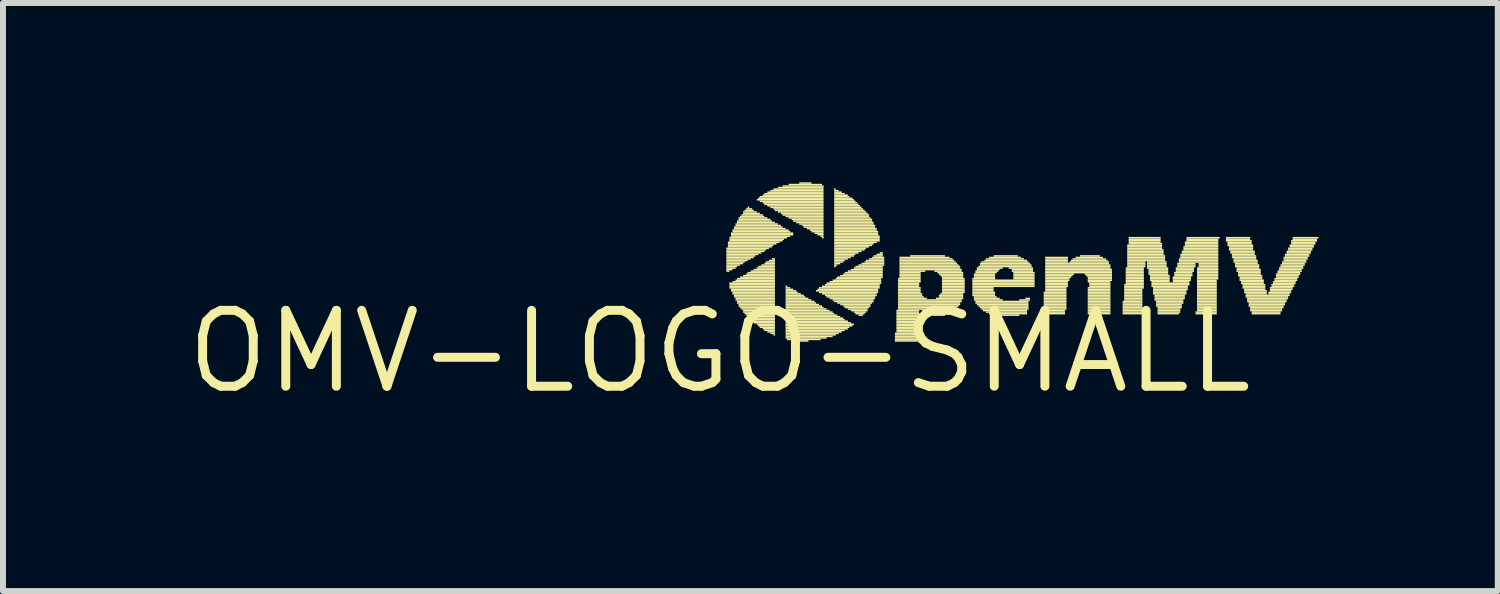
<source format=kicad_pcb>
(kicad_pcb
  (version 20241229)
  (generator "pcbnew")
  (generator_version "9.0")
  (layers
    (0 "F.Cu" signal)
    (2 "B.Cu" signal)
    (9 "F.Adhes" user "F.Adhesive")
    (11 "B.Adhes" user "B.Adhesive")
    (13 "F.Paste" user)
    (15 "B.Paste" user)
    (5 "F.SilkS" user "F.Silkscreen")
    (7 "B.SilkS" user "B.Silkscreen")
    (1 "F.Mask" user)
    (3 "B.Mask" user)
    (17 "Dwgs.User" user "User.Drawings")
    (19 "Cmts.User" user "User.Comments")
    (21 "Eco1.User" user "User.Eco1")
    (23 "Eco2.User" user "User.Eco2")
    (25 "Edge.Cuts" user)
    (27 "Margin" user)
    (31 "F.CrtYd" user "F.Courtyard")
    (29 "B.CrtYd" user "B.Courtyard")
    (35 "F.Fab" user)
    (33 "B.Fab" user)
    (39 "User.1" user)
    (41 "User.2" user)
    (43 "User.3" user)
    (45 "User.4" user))
  (footprint "OMV-LOGO-SMALL"
    (layer "F.Cu")
    (at 8.988 2.832)
    (property "Reference" "OMV-LOGO-SMALL" (at 0 0 0) (layer "F.SilkS") (effects (font (size 1.27 1.27) (thickness 0.15))))
    (attr through_hole)
    (fp_poly (pts (xy 0.114 -1.714) (xy 0.826 -1.714) (xy 0.826 -1.74) (xy 0.114 -1.74)) (stroke (width 0) (type solid)) (fill yes) (layer "F.SilkS"))
    (fp_poly (pts (xy 0.114 -1.689) (xy 0.775 -1.689) (xy 0.775 -1.714) (xy 0.114 -1.714)) (stroke (width 0) (type solid)) (fill yes) (layer "F.SilkS"))
    (fp_poly (pts (xy 0.114 -1.664) (xy 0.749 -1.664) (xy 0.749 -1.689) (xy 0.114 -1.689)) (stroke (width 0) (type solid)) (fill yes) (layer "F.SilkS"))
    (fp_poly (pts (xy 0.114 -1.638) (xy 0.699 -1.638) (xy 0.699 -1.664) (xy 0.114 -1.664)) (stroke (width 0) (type solid)) (fill yes) (layer "F.SilkS"))
    (fp_poly (pts (xy 0.114 -1.613) (xy 0.648 -1.613) (xy 0.648 -1.638) (xy 0.114 -1.638)) (stroke (width 0) (type solid)) (fill yes) (layer "F.SilkS"))
    (fp_poly (pts (xy 0.114 -1.587) (xy 0.597 -1.587) (xy 0.597 -1.613) (xy 0.114 -1.613)) (stroke (width 0) (type solid)) (fill yes) (layer "F.SilkS"))
    (fp_poly (pts (xy 0.114 -1.562) (xy 0.572 -1.562) (xy 0.572 -1.587) (xy 0.114 -1.587)) (stroke (width 0) (type solid)) (fill yes) (layer "F.SilkS"))
    (fp_poly (pts (xy 0.114 -1.537) (xy 0.521 -1.537) (xy 0.521 -1.562) (xy 0.114 -1.562)) (stroke (width 0) (type solid)) (fill yes) (layer "F.SilkS"))
    (fp_poly (pts (xy 0.114 -1.511) (xy 0.47 -1.511) (xy 0.47 -1.537) (xy 0.114 -1.537)) (stroke (width 0) (type solid)) (fill yes) (layer "F.SilkS"))
    (fp_poly (pts (xy 0.114 -1.486) (xy 0.419 -1.486) (xy 0.419 -1.511) (xy 0.114 -1.511)) (stroke (width 0) (type solid)) (fill yes) (layer "F.SilkS"))
    (fp_poly (pts (xy 0.114 -1.46) (xy 0.394 -1.46) (xy 0.394 -1.486) (xy 0.114 -1.486)) (stroke (width 0) (type solid)) (fill yes) (layer "F.SilkS"))
    (fp_poly (pts (xy 0.114 -1.435) (xy 0.343 -1.435) (xy 0.343 -1.46) (xy 0.114 -1.46)) (stroke (width 0) (type solid)) (fill yes) (layer "F.SilkS"))
    (fp_poly (pts (xy 0.114 -1.41) (xy 0.292 -1.41) (xy 0.292 -1.435) (xy 0.114 -1.435)) (stroke (width 0) (type solid)) (fill yes) (layer "F.SilkS"))
    (fp_poly (pts (xy 0.114 -1.384) (xy 0.267 -1.384) (xy 0.267 -1.41) (xy 0.114 -1.41)) (stroke (width 0) (type solid)) (fill yes) (layer "F.SilkS"))
    (fp_poly (pts (xy 0.114 -1.359) (xy 0.216 -1.359) (xy 0.216 -1.384) (xy 0.114 -1.384)) (stroke (width 0) (type solid)) (fill yes) (layer "F.SilkS"))
    (fp_poly (pts (xy 0.114 -1.333) (xy 0.165 -1.333) (xy 0.165 -1.359) (xy 0.114 -1.359)) (stroke (width 0) (type solid)) (fill yes) (layer "F.SilkS"))
    (fp_poly (pts (xy 0.14 -1.816) (xy 1.003 -1.816) (xy 1.003 -1.841) (xy 0.14 -1.841)) (stroke (width 0) (type solid)) (fill yes) (layer "F.SilkS"))
    (fp_poly (pts (xy 0.14 -1.791) (xy 0.953 -1.791) (xy 0.953 -1.816) (xy 0.14 -1.816)) (stroke (width 0) (type solid)) (fill yes) (layer "F.SilkS"))
    (fp_poly (pts (xy 0.14 -1.765) (xy 0.902 -1.765) (xy 0.902 -1.791) (xy 0.14 -1.791)) (stroke (width 0) (type solid)) (fill yes) (layer "F.SilkS"))
    (fp_poly (pts (xy 0.14 -1.74) (xy 0.876 -1.74) (xy 0.876 -1.765) (xy 0.14 -1.765)) (stroke (width 0) (type solid)) (fill yes) (layer "F.SilkS"))
    (fp_poly (pts (xy 0.165 -1.892) (xy 1.13 -1.892) (xy 1.13 -1.918) (xy 0.165 -1.918)) (stroke (width 0) (type solid)) (fill yes) (layer "F.SilkS"))
    (fp_poly (pts (xy 0.165 -1.867) (xy 1.079 -1.867) (xy 1.079 -1.892) (xy 0.165 -1.892)) (stroke (width 0) (type solid)) (fill yes) (layer "F.SilkS"))
    (fp_poly (pts (xy 0.165 -1.841) (xy 1.054 -1.841) (xy 1.054 -1.867) (xy 0.165 -1.867)) (stroke (width 0) (type solid)) (fill yes) (layer "F.SilkS"))
    (fp_poly (pts (xy 0.165 -1.13) (xy 0.927 -1.13) (xy 0.927 -1.156) (xy 0.165 -1.156)) (stroke (width 0) (type solid)) (fill yes) (layer "F.SilkS"))
    (fp_poly (pts (xy 0.165 -1.105) (xy 0.927 -1.105) (xy 0.927 -1.13) (xy 0.165 -1.13)) (stroke (width 0) (type solid)) (fill yes) (layer "F.SilkS"))
    (fp_poly (pts (xy 0.165 -1.079) (xy 0.927 -1.079) (xy 0.927 -1.105) (xy 0.165 -1.105)) (stroke (width 0) (type solid)) (fill yes) (layer "F.SilkS"))
    (fp_poly (pts (xy 0.165 -1.054) (xy 0.927 -1.054) (xy 0.927 -1.079) (xy 0.165 -1.079)) (stroke (width 0) (type solid)) (fill yes) (layer "F.SilkS"))
    (fp_poly (pts (xy 0.191 -1.968) (xy 1.232 -1.968) (xy 1.232 -1.994) (xy 0.191 -1.994)) (stroke (width 0) (type solid)) (fill yes) (layer "F.SilkS"))
    (fp_poly (pts (xy 0.191 -1.943) (xy 1.232 -1.943) (xy 1.232 -1.968) (xy 0.191 -1.968)) (stroke (width 0) (type solid)) (fill yes) (layer "F.SilkS"))
    (fp_poly (pts (xy 0.191 -1.918) (xy 1.181 -1.918) (xy 1.181 -1.943) (xy 0.191 -1.943)) (stroke (width 0) (type solid)) (fill yes) (layer "F.SilkS"))
    (fp_poly (pts (xy 0.191 -1.029) (xy 0.927 -1.029) (xy 0.927 -1.054) (xy 0.191 -1.054)) (stroke (width 0) (type solid)) (fill yes) (layer "F.SilkS"))
    (fp_poly (pts (xy 0.191 -1.003) (xy 0.927 -1.003) (xy 0.927 -1.029) (xy 0.191 -1.029)) (stroke (width 0) (type solid)) (fill yes) (layer "F.SilkS"))
    (fp_poly (pts (xy 0.216 -2.019) (xy 1.156 -2.019) (xy 1.156 -2.045) (xy 0.216 -2.045)) (stroke (width 0) (type solid)) (fill yes) (layer "F.SilkS"))
    (fp_poly (pts (xy 0.216 -1.994) (xy 1.181 -1.994) (xy 1.181 -2.019) (xy 0.216 -2.019)) (stroke (width 0) (type solid)) (fill yes) (layer "F.SilkS"))
    (fp_poly (pts (xy 0.216 -1.156) (xy 0.927 -1.156) (xy 0.927 -1.181) (xy 0.216 -1.181)) (stroke (width 0) (type solid)) (fill yes) (layer "F.SilkS"))
    (fp_poly (pts (xy 0.216 -0.978) (xy 0.927 -0.978) (xy 0.927 -1.003) (xy 0.216 -1.003)) (stroke (width 0) (type solid)) (fill yes) (layer "F.SilkS"))
    (fp_poly (pts (xy 0.216 -0.953) (xy 0.927 -0.953) (xy 0.927 -0.978) (xy 0.216 -0.978)) (stroke (width 0) (type solid)) (fill yes) (layer "F.SilkS"))
    (fp_poly (pts (xy 0.241 -2.07) (xy 1.054 -2.07) (xy 1.054 -2.095) (xy 0.241 -2.095)) (stroke (width 0) (type solid)) (fill yes) (layer "F.SilkS"))
    (fp_poly (pts (xy 0.241 -2.045) (xy 1.105 -2.045) (xy 1.105 -2.07) (xy 0.241 -2.07)) (stroke (width 0) (type solid)) (fill yes) (layer "F.SilkS"))
    (fp_poly (pts (xy 0.241 -0.927) (xy 0.927 -0.927) (xy 0.927 -0.953) (xy 0.241 -0.953)) (stroke (width 0) (type solid)) (fill yes) (layer "F.SilkS"))
    (fp_poly (pts (xy 0.241 -0.902) (xy 0.927 -0.902) (xy 0.927 -0.927) (xy 0.241 -0.927)) (stroke (width 0) (type solid)) (fill yes) (layer "F.SilkS"))
    (fp_poly (pts (xy 0.267 -2.121) (xy 0.978 -2.121) (xy 0.978 -2.146) (xy 0.267 -2.146)) (stroke (width 0) (type solid)) (fill yes) (layer "F.SilkS"))
    (fp_poly (pts (xy 0.267 -2.095) (xy 1.029 -2.095) (xy 1.029 -2.121) (xy 0.267 -2.121)) (stroke (width 0) (type solid)) (fill yes) (layer "F.SilkS"))
    (fp_poly (pts (xy 0.267 -1.181) (xy 0.927 -1.181) (xy 0.927 -1.206) (xy 0.267 -1.206)) (stroke (width 0) (type solid)) (fill yes) (layer "F.SilkS"))
    (fp_poly (pts (xy 0.267 -0.876) (xy 0.927 -0.876) (xy 0.927 -0.902) (xy 0.267 -0.902)) (stroke (width 0) (type solid)) (fill yes) (layer "F.SilkS"))
    (fp_poly (pts (xy 0.267 -0.851) (xy 0.927 -0.851) (xy 0.927 -0.876) (xy 0.267 -0.876)) (stroke (width 0) (type solid)) (fill yes) (layer "F.SilkS"))
    (fp_poly (pts (xy 0.292 -2.172) (xy 0.876 -2.172) (xy 0.876 -2.197) (xy 0.292 -2.197)) (stroke (width 0) (type solid)) (fill yes) (layer "F.SilkS"))
    (fp_poly (pts (xy 0.292 -2.146) (xy 0.927 -2.146) (xy 0.927 -2.172) (xy 0.292 -2.172)) (stroke (width 0) (type solid)) (fill yes) (layer "F.SilkS"))
    (fp_poly (pts (xy 0.292 -1.206) (xy 0.927 -1.206) (xy 0.927 -1.232) (xy 0.292 -1.232)) (stroke (width 0) (type solid)) (fill yes) (layer "F.SilkS"))
    (fp_poly (pts (xy 0.292 -0.826) (xy 0.927 -0.826) (xy 0.927 -0.851) (xy 0.292 -0.851)) (stroke (width 0) (type solid)) (fill yes) (layer "F.SilkS"))
    (fp_poly (pts (xy 0.292 -0.8) (xy 0.927 -0.8) (xy 0.927 -0.826) (xy 0.292 -0.826)) (stroke (width 0) (type solid)) (fill yes) (layer "F.SilkS"))
    (fp_poly (pts (xy 0.318 -2.223) (xy 0.8 -2.223) (xy 0.8 -2.248) (xy 0.318 -2.248)) (stroke (width 0) (type solid)) (fill yes) (layer "F.SilkS"))
    (fp_poly (pts (xy 0.318 -2.197) (xy 0.851 -2.197) (xy 0.851 -2.223) (xy 0.318 -2.223)) (stroke (width 0) (type solid)) (fill yes) (layer "F.SilkS"))
    (fp_poly (pts (xy 0.318 -0.775) (xy 0.927 -0.775) (xy 0.927 -0.8) (xy 0.318 -0.8)) (stroke (width 0) (type solid)) (fill yes) (layer "F.SilkS"))
    (fp_poly (pts (xy 0.318 -0.749) (xy 0.927 -0.749) (xy 0.927 -0.775) (xy 0.318 -0.775)) (stroke (width 0) (type solid)) (fill yes) (layer "F.SilkS"))
    (fp_poly (pts (xy 0.343 -2.248) (xy 0.749 -2.248) (xy 0.749 -2.273) (xy 0.343 -2.273)) (stroke (width 0) (type solid)) (fill yes) (layer "F.SilkS"))
    (fp_poly (pts (xy 0.343 -1.232) (xy 0.927 -1.232) (xy 0.927 -1.257) (xy 0.343 -1.257)) (stroke (width 0) (type solid)) (fill yes) (layer "F.SilkS"))
    (fp_poly (pts (xy 0.343 -0.724) (xy 0.927 -0.724) (xy 0.927 -0.749) (xy 0.343 -0.749)) (stroke (width 0) (type solid)) (fill yes) (layer "F.SilkS"))
    (fp_poly (pts (xy 0.368 -2.273) (xy 0.724 -2.273) (xy 0.724 -2.299) (xy 0.368 -2.299)) (stroke (width 0) (type solid)) (fill yes) (layer "F.SilkS"))
    (fp_poly (pts (xy 0.368 -0.699) (xy 0.927 -0.699) (xy 0.927 -0.724) (xy 0.368 -0.724)) (stroke (width 0) (type solid)) (fill yes) (layer "F.SilkS"))
    (fp_poly (pts (xy 0.394 -2.324) (xy 0.622 -2.324) (xy 0.622 -2.349) (xy 0.394 -2.349)) (stroke (width 0) (type solid)) (fill yes) (layer "F.SilkS"))
    (fp_poly (pts (xy 0.394 -2.299) (xy 0.673 -2.299) (xy 0.673 -2.324) (xy 0.394 -2.324)) (stroke (width 0) (type solid)) (fill yes) (layer "F.SilkS"))
    (fp_poly (pts (xy 0.394 -1.257) (xy 0.927 -1.257) (xy 0.927 -1.283) (xy 0.394 -1.283)) (stroke (width 0) (type solid)) (fill yes) (layer "F.SilkS"))
    (fp_poly (pts (xy 0.394 -0.673) (xy 0.927 -0.673) (xy 0.927 -0.699) (xy 0.394 -0.699)) (stroke (width 0) (type solid)) (fill yes) (layer "F.SilkS"))
    (fp_poly (pts (xy 0.394 -0.648) (xy 0.927 -0.648) (xy 0.927 -0.673) (xy 0.394 -0.673)) (stroke (width 0) (type solid)) (fill yes) (layer "F.SilkS"))
    (fp_poly (pts (xy 0.419 -2.349) (xy 0.572 -2.349) (xy 0.572 -2.375) (xy 0.419 -2.375)) (stroke (width 0) (type solid)) (fill yes) (layer "F.SilkS"))
    (fp_poly (pts (xy 0.419 -0.622) (xy 0.927 -0.622) (xy 0.927 -0.648) (xy 0.419 -0.648)) (stroke (width 0) (type solid)) (fill yes) (layer "F.SilkS"))
    (fp_poly (pts (xy 0.445 -2.375) (xy 0.546 -2.375) (xy 0.546 -2.4) (xy 0.445 -2.4)) (stroke (width 0) (type solid)) (fill yes) (layer "F.SilkS"))
    (fp_poly (pts (xy 0.445 -1.283) (xy 0.927 -1.283) (xy 0.927 -1.308) (xy 0.445 -1.308)) (stroke (width 0) (type solid)) (fill yes) (layer "F.SilkS"))
    (fp_poly (pts (xy 0.445 -0.597) (xy 0.927 -0.597) (xy 0.927 -0.622) (xy 0.445 -0.622)) (stroke (width 0) (type solid)) (fill yes) (layer "F.SilkS"))
    (fp_poly (pts (xy 0.47 -2.4) (xy 0.495 -2.4) (xy 0.495 -2.426) (xy 0.47 -2.426)) (stroke (width 0) (type solid)) (fill yes) (layer "F.SilkS"))
    (fp_poly (pts (xy 0.47 -1.308) (xy 0.927 -1.308) (xy 0.927 -1.333) (xy 0.47 -1.333)) (stroke (width 0) (type solid)) (fill yes) (layer "F.SilkS"))
    (fp_poly (pts (xy 0.47 -0.572) (xy 0.927 -0.572) (xy 0.927 -0.597) (xy 0.47 -0.597)) (stroke (width 0) (type solid)) (fill yes) (layer "F.SilkS"))
    (fp_poly (pts (xy 0.495 -0.546) (xy 0.927 -0.546) (xy 0.927 -0.572) (xy 0.495 -0.572)) (stroke (width 0) (type solid)) (fill yes) (layer "F.SilkS"))
    (fp_poly (pts (xy 0.521 -1.333) (xy 0.927 -1.333) (xy 0.927 -1.359) (xy 0.521 -1.359)) (stroke (width 0) (type solid)) (fill yes) (layer "F.SilkS"))
    (fp_poly (pts (xy 0.521 -0.521) (xy 0.927 -0.521) (xy 0.927 -0.546) (xy 0.521 -0.546)) (stroke (width 0) (type solid)) (fill yes) (layer "F.SilkS"))
    (fp_poly (pts (xy 0.546 -0.495) (xy 0.927 -0.495) (xy 0.927 -0.521) (xy 0.546 -0.521)) (stroke (width 0) (type solid)) (fill yes) (layer "F.SilkS"))
    (fp_poly (pts (xy 0.572 -1.359) (xy 0.927 -1.359) (xy 0.927 -1.384) (xy 0.572 -1.384)) (stroke (width 0) (type solid)) (fill yes) (layer "F.SilkS"))
    (fp_poly (pts (xy 0.572 -0.47) (xy 0.927 -0.47) (xy 0.927 -0.495) (xy 0.572 -0.495)) (stroke (width 0) (type solid)) (fill yes) (layer "F.SilkS"))
    (fp_poly (pts (xy 0.622 -2.527) (xy 1.74 -2.527) (xy 1.74 -2.553) (xy 0.622 -2.553)) (stroke (width 0) (type solid)) (fill yes) (layer "F.SilkS"))
    (fp_poly (pts (xy 0.622 -1.384) (xy 0.927 -1.384) (xy 0.927 -1.41) (xy 0.622 -1.41)) (stroke (width 0) (type solid)) (fill yes) (layer "F.SilkS"))
    (fp_poly (pts (xy 0.622 -0.445) (xy 0.927 -0.445) (xy 0.927 -0.47) (xy 0.622 -0.47)) (stroke (width 0) (type solid)) (fill yes) (layer "F.SilkS"))
    (fp_poly (pts (xy 0.648 -2.553) (xy 1.74 -2.553) (xy 1.74 -2.578) (xy 0.648 -2.578)) (stroke (width 0) (type solid)) (fill yes) (layer "F.SilkS"))
    (fp_poly (pts (xy 0.648 -1.41) (xy 0.927 -1.41) (xy 0.927 -1.435) (xy 0.648 -1.435)) (stroke (width 0) (type solid)) (fill yes) (layer "F.SilkS"))
    (fp_poly (pts (xy 0.648 -0.419) (xy 0.927 -0.419) (xy 0.927 -0.445) (xy 0.648 -0.445)) (stroke (width 0) (type solid)) (fill yes) (layer "F.SilkS"))
    (fp_poly (pts (xy 0.673 -2.578) (xy 1.74 -2.578) (xy 1.74 -2.603) (xy 0.673 -2.603)) (stroke (width 0) (type solid)) (fill yes) (layer "F.SilkS"))
    (fp_poly (pts (xy 0.673 -2.502) (xy 1.74 -2.502) (xy 1.74 -2.527) (xy 0.673 -2.527)) (stroke (width 0) (type solid)) (fill yes) (layer "F.SilkS"))
    (fp_poly (pts (xy 0.673 -0.394) (xy 0.927 -0.394) (xy 0.927 -0.419) (xy 0.673 -0.419)) (stroke (width 0) (type solid)) (fill yes) (layer "F.SilkS"))
    (fp_poly (pts (xy 0.699 -1.435) (xy 0.927 -1.435) (xy 0.927 -1.46) (xy 0.699 -1.46)) (stroke (width 0) (type solid)) (fill yes) (layer "F.SilkS"))
    (fp_poly (pts (xy 0.724 -2.603) (xy 1.74 -2.603) (xy 1.74 -2.629) (xy 0.724 -2.629)) (stroke (width 0) (type solid)) (fill yes) (layer "F.SilkS"))
    (fp_poly (pts (xy 0.724 -2.477) (xy 1.74 -2.477) (xy 1.74 -2.502) (xy 0.724 -2.502)) (stroke (width 0) (type solid)) (fill yes) (layer "F.SilkS"))
    (fp_poly (pts (xy 0.724 -0.368) (xy 0.927 -0.368) (xy 0.927 -0.394) (xy 0.724 -0.394)) (stroke (width 0) (type solid)) (fill yes) (layer "F.SilkS"))
    (fp_poly (pts (xy 0.749 -2.629) (xy 1.74 -2.629) (xy 1.74 -2.654) (xy 0.749 -2.654)) (stroke (width 0) (type solid)) (fill yes) (layer "F.SilkS"))
    (fp_poly (pts (xy 0.749 -2.451) (xy 1.74 -2.451) (xy 1.74 -2.477) (xy 0.749 -2.477)) (stroke (width 0) (type solid)) (fill yes) (layer "F.SilkS"))
    (fp_poly (pts (xy 0.749 -1.46) (xy 0.927 -1.46) (xy 0.927 -1.486) (xy 0.749 -1.486)) (stroke (width 0) (type solid)) (fill yes) (layer "F.SilkS"))
    (fp_poly (pts (xy 0.749 -0.343) (xy 0.927 -0.343) (xy 0.927 -0.368) (xy 0.749 -0.368)) (stroke (width 0) (type solid)) (fill yes) (layer "F.SilkS"))
    (fp_poly (pts (xy 0.775 -1.486) (xy 0.927 -1.486) (xy 0.927 -1.511) (xy 0.775 -1.511)) (stroke (width 0) (type solid)) (fill yes) (layer "F.SilkS"))
    (fp_poly (pts (xy 0.8 -2.654) (xy 1.74 -2.654) (xy 1.74 -2.68) (xy 0.8 -2.68)) (stroke (width 0) (type solid)) (fill yes) (layer "F.SilkS"))
    (fp_poly (pts (xy 0.8 -2.426) (xy 1.74 -2.426) (xy 1.74 -2.451) (xy 0.8 -2.451)) (stroke (width 0) (type solid)) (fill yes) (layer "F.SilkS"))
    (fp_poly (pts (xy 0.8 -0.318) (xy 0.927 -0.318) (xy 0.927 -0.343) (xy 0.8 -0.343)) (stroke (width 0) (type solid)) (fill yes) (layer "F.SilkS"))
    (fp_poly (pts (xy 0.826 -1.511) (xy 0.927 -1.511) (xy 0.927 -1.537) (xy 0.826 -1.537)) (stroke (width 0) (type solid)) (fill yes) (layer "F.SilkS"))
    (fp_poly (pts (xy 0.851 -2.68) (xy 1.74 -2.68) (xy 1.74 -2.705) (xy 0.851 -2.705)) (stroke (width 0) (type solid)) (fill yes) (layer "F.SilkS"))
    (fp_poly (pts (xy 0.851 -2.4) (xy 1.74 -2.4) (xy 1.74 -2.426) (xy 0.851 -2.426)) (stroke (width 0) (type solid)) (fill yes) (layer "F.SilkS"))
    (fp_poly (pts (xy 0.851 -0.292) (xy 0.927 -0.292) (xy 0.927 -0.318) (xy 0.851 -0.318)) (stroke (width 0) (type solid)) (fill yes) (layer "F.SilkS"))
    (fp_poly (pts (xy 0.876 -1.537) (xy 0.927 -1.537) (xy 0.927 -1.562) (xy 0.876 -1.562)) (stroke (width 0) (type solid)) (fill yes) (layer "F.SilkS"))
    (fp_poly (pts (xy 0.902 -2.705) (xy 1.74 -2.705) (xy 1.74 -2.731) (xy 0.902 -2.731)) (stroke (width 0) (type solid)) (fill yes) (layer "F.SilkS"))
    (fp_poly (pts (xy 0.902 -2.375) (xy 1.74 -2.375) (xy 1.74 -2.4) (xy 0.902 -2.4)) (stroke (width 0) (type solid)) (fill yes) (layer "F.SilkS"))
    (fp_poly (pts (xy 0.902 -0.267) (xy 0.927 -0.267) (xy 0.927 -0.292) (xy 0.902 -0.292)) (stroke (width 0) (type solid)) (fill yes) (layer "F.SilkS"))
    (fp_poly (pts (xy 0.927 -2.349) (xy 1.74 -2.349) (xy 1.74 -2.375) (xy 0.927 -2.375)) (stroke (width 0) (type solid)) (fill yes) (layer "F.SilkS"))
    (fp_poly (pts (xy 0.978 -2.731) (xy 1.74 -2.731) (xy 1.74 -2.756) (xy 0.978 -2.756)) (stroke (width 0) (type solid)) (fill yes) (layer "F.SilkS"))
    (fp_poly (pts (xy 0.978 -2.324) (xy 1.74 -2.324) (xy 1.74 -2.349) (xy 0.978 -2.349)) (stroke (width 0) (type solid)) (fill yes) (layer "F.SilkS"))
    (fp_poly (pts (xy 1.029 -2.299) (xy 1.74 -2.299) (xy 1.74 -2.324) (xy 1.029 -2.324)) (stroke (width 0) (type solid)) (fill yes) (layer "F.SilkS"))
    (fp_poly (pts (xy 1.054 -2.756) (xy 1.74 -2.756) (xy 1.74 -2.781) (xy 1.054 -2.781)) (stroke (width 0) (type solid)) (fill yes) (layer "F.SilkS"))
    (fp_poly (pts (xy 1.054 -2.273) (xy 1.74 -2.273) (xy 1.74 -2.299) (xy 1.054 -2.299)) (stroke (width 0) (type solid)) (fill yes) (layer "F.SilkS"))
    (fp_poly (pts (xy 1.105 -2.248) (xy 1.74 -2.248) (xy 1.74 -2.273) (xy 1.105 -2.273)) (stroke (width 0) (type solid)) (fill yes) (layer "F.SilkS"))
    (fp_poly (pts (xy 1.105 -1.079) (xy 1.13 -1.079) (xy 1.13 -1.105) (xy 1.105 -1.105)) (stroke (width 0) (type solid)) (fill yes) (layer "F.SilkS"))
    (fp_poly (pts (xy 1.105 -1.054) (xy 1.181 -1.054) (xy 1.181 -1.079) (xy 1.105 -1.079)) (stroke (width 0) (type solid)) (fill yes) (layer "F.SilkS"))
    (fp_poly (pts (xy 1.105 -1.029) (xy 1.232 -1.029) (xy 1.232 -1.054) (xy 1.105 -1.054)) (stroke (width 0) (type solid)) (fill yes) (layer "F.SilkS"))
    (fp_poly (pts (xy 1.105 -1.003) (xy 1.283 -1.003) (xy 1.283 -1.029) (xy 1.105 -1.029)) (stroke (width 0) (type solid)) (fill yes) (layer "F.SilkS"))
    (fp_poly (pts (xy 1.105 -0.978) (xy 1.308 -0.978) (xy 1.308 -1.003) (xy 1.105 -1.003)) (stroke (width 0) (type solid)) (fill yes) (layer "F.SilkS"))
    (fp_poly (pts (xy 1.105 -0.953) (xy 1.359 -0.953) (xy 1.359 -0.978) (xy 1.105 -0.978)) (stroke (width 0) (type solid)) (fill yes) (layer "F.SilkS"))
    (fp_poly (pts (xy 1.105 -0.927) (xy 1.41 -0.927) (xy 1.41 -0.953) (xy 1.105 -0.953)) (stroke (width 0) (type solid)) (fill yes) (layer "F.SilkS"))
    (fp_poly (pts (xy 1.105 -0.902) (xy 1.435 -0.902) (xy 1.435 -0.927) (xy 1.105 -0.927)) (stroke (width 0) (type solid)) (fill yes) (layer "F.SilkS"))
    (fp_poly (pts (xy 1.105 -0.876) (xy 1.486 -0.876) (xy 1.486 -0.902) (xy 1.105 -0.902)) (stroke (width 0) (type solid)) (fill yes) (layer "F.SilkS"))
    (fp_poly (pts (xy 1.105 -0.851) (xy 1.537 -0.851) (xy 1.537 -0.876) (xy 1.105 -0.876)) (stroke (width 0) (type solid)) (fill yes) (layer "F.SilkS"))
    (fp_poly (pts (xy 1.105 -0.826) (xy 1.587 -0.826) (xy 1.587 -0.851) (xy 1.105 -0.851)) (stroke (width 0) (type solid)) (fill yes) (layer "F.SilkS"))
    (fp_poly (pts (xy 1.105 -0.8) (xy 1.613 -0.8) (xy 1.613 -0.826) (xy 1.105 -0.826)) (stroke (width 0) (type solid)) (fill yes) (layer "F.SilkS"))
    (fp_poly (pts (xy 1.105 -0.775) (xy 1.664 -0.775) (xy 1.664 -0.8) (xy 1.105 -0.8)) (stroke (width 0) (type solid)) (fill yes) (layer "F.SilkS"))
    (fp_poly (pts (xy 1.105 -0.749) (xy 1.714 -0.749) (xy 1.714 -0.775) (xy 1.105 -0.775)) (stroke (width 0) (type solid)) (fill yes) (layer "F.SilkS"))
    (fp_poly (pts (xy 1.105 -0.724) (xy 1.74 -0.724) (xy 1.74 -0.749) (xy 1.105 -0.749)) (stroke (width 0) (type solid)) (fill yes) (layer "F.SilkS"))
    (fp_poly (pts (xy 1.105 -0.699) (xy 1.791 -0.699) (xy 1.791 -0.724) (xy 1.105 -0.724)) (stroke (width 0) (type solid)) (fill yes) (layer "F.SilkS"))
    (fp_poly (pts (xy 1.105 -0.673) (xy 1.841 -0.673) (xy 1.841 -0.699) (xy 1.105 -0.699)) (stroke (width 0) (type solid)) (fill yes) (layer "F.SilkS"))
    (fp_poly (pts (xy 1.105 -0.648) (xy 1.892 -0.648) (xy 1.892 -0.673) (xy 1.105 -0.673)) (stroke (width 0) (type solid)) (fill yes) (layer "F.SilkS"))
    (fp_poly (pts (xy 1.105 -0.622) (xy 1.918 -0.622) (xy 1.918 -0.648) (xy 1.105 -0.648)) (stroke (width 0) (type solid)) (fill yes) (layer "F.SilkS"))
    (fp_poly (pts (xy 1.105 -0.597) (xy 1.968 -0.597) (xy 1.968 -0.622) (xy 1.105 -0.622)) (stroke (width 0) (type solid)) (fill yes) (layer "F.SilkS"))
    (fp_poly (pts (xy 1.105 -0.572) (xy 2.019 -0.572) (xy 2.019 -0.597) (xy 1.105 -0.597)) (stroke (width 0) (type solid)) (fill yes) (layer "F.SilkS"))
    (fp_poly (pts (xy 1.105 -0.546) (xy 2.07 -0.546) (xy 2.07 -0.572) (xy 1.105 -0.572)) (stroke (width 0) (type solid)) (fill yes) (layer "F.SilkS"))
    (fp_poly (pts (xy 1.105 -0.521) (xy 2.095 -0.521) (xy 2.095 -0.546) (xy 1.105 -0.546)) (stroke (width 0) (type solid)) (fill yes) (layer "F.SilkS"))
    (fp_poly (pts (xy 1.105 -0.495) (xy 2.146 -0.495) (xy 2.146 -0.521) (xy 1.105 -0.521)) (stroke (width 0) (type solid)) (fill yes) (layer "F.SilkS"))
    (fp_poly (pts (xy 1.105 -0.47) (xy 2.197 -0.47) (xy 2.197 -0.495) (xy 1.105 -0.495)) (stroke (width 0) (type solid)) (fill yes) (layer "F.SilkS"))
    (fp_poly (pts (xy 1.105 -0.445) (xy 2.248 -0.445) (xy 2.248 -0.47) (xy 1.105 -0.47)) (stroke (width 0) (type solid)) (fill yes) (layer "F.SilkS"))
    (fp_poly (pts (xy 1.105 -0.419) (xy 2.223 -0.419) (xy 2.223 -0.445) (xy 1.105 -0.445)) (stroke (width 0) (type solid)) (fill yes) (layer "F.SilkS"))
    (fp_poly (pts (xy 1.105 -0.394) (xy 2.172 -0.394) (xy 2.172 -0.419) (xy 1.105 -0.419)) (stroke (width 0) (type solid)) (fill yes) (layer "F.SilkS"))
    (fp_poly (pts (xy 1.105 -0.368) (xy 2.146 -0.368) (xy 2.146 -0.394) (xy 1.105 -0.394)) (stroke (width 0) (type solid)) (fill yes) (layer "F.SilkS"))
    (fp_poly (pts (xy 1.105 -0.343) (xy 2.095 -0.343) (xy 2.095 -0.368) (xy 1.105 -0.368)) (stroke (width 0) (type solid)) (fill yes) (layer "F.SilkS"))
    (fp_poly (pts (xy 1.105 -0.318) (xy 2.045 -0.318) (xy 2.045 -0.343) (xy 1.105 -0.343)) (stroke (width 0) (type solid)) (fill yes) (layer "F.SilkS"))
    (fp_poly (pts (xy 1.105 -0.292) (xy 1.994 -0.292) (xy 1.994 -0.318) (xy 1.105 -0.318)) (stroke (width 0) (type solid)) (fill yes) (layer "F.SilkS"))
    (fp_poly (pts (xy 1.105 -0.267) (xy 1.943 -0.267) (xy 1.943 -0.292) (xy 1.105 -0.292)) (stroke (width 0) (type solid)) (fill yes) (layer "F.SilkS"))
    (fp_poly (pts (xy 1.105 -0.241) (xy 1.892 -0.241) (xy 1.892 -0.267) (xy 1.105 -0.267)) (stroke (width 0) (type solid)) (fill yes) (layer "F.SilkS"))
    (fp_poly (pts (xy 1.105 -0.216) (xy 1.791 -0.216) (xy 1.791 -0.241) (xy 1.105 -0.241)) (stroke (width 0) (type solid)) (fill yes) (layer "F.SilkS"))
    (fp_poly (pts (xy 1.13 -0.191) (xy 1.689 -0.191) (xy 1.689 -0.216) (xy 1.13 -0.216)) (stroke (width 0) (type solid)) (fill yes) (layer "F.SilkS"))
    (fp_poly (pts (xy 1.156 -2.781) (xy 1.714 -2.781) (xy 1.714 -2.807) (xy 1.156 -2.807)) (stroke (width 0) (type solid)) (fill yes) (layer "F.SilkS"))
    (fp_poly (pts (xy 1.156 -2.223) (xy 1.74 -2.223) (xy 1.74 -2.248) (xy 1.156 -2.248)) (stroke (width 0) (type solid)) (fill yes) (layer "F.SilkS"))
    (fp_poly (pts (xy 1.206 -2.197) (xy 1.74 -2.197) (xy 1.74 -2.223) (xy 1.206 -2.223)) (stroke (width 0) (type solid)) (fill yes) (layer "F.SilkS"))
    (fp_poly (pts (xy 1.232 -2.172) (xy 1.74 -2.172) (xy 1.74 -2.197) (xy 1.232 -2.197)) (stroke (width 0) (type solid)) (fill yes) (layer "F.SilkS"))
    (fp_poly (pts (xy 1.283 -2.146) (xy 1.74 -2.146) (xy 1.74 -2.172) (xy 1.283 -2.172)) (stroke (width 0) (type solid)) (fill yes) (layer "F.SilkS"))
    (fp_poly (pts (xy 1.333 -2.807) (xy 1.537 -2.807) (xy 1.537 -2.832) (xy 1.333 -2.832)) (stroke (width 0) (type solid)) (fill yes) (layer "F.SilkS"))
    (fp_poly (pts (xy 1.333 -2.121) (xy 1.74 -2.121) (xy 1.74 -2.146) (xy 1.333 -2.146)) (stroke (width 0) (type solid)) (fill yes) (layer "F.SilkS"))
    (fp_poly (pts (xy 1.333 -0.165) (xy 1.486 -0.165) (xy 1.486 -0.191) (xy 1.333 -0.191)) (stroke (width 0) (type solid)) (fill yes) (layer "F.SilkS"))
    (fp_poly (pts (xy 1.384 -2.095) (xy 1.74 -2.095) (xy 1.74 -2.121) (xy 1.384 -2.121)) (stroke (width 0) (type solid)) (fill yes) (layer "F.SilkS"))
    (fp_poly (pts (xy 1.41 -2.07) (xy 1.74 -2.07) (xy 1.74 -2.095) (xy 1.41 -2.095)) (stroke (width 0) (type solid)) (fill yes) (layer "F.SilkS"))
    (fp_poly (pts (xy 1.46 -2.045) (xy 1.74 -2.045) (xy 1.74 -2.07) (xy 1.46 -2.07)) (stroke (width 0) (type solid)) (fill yes) (layer "F.SilkS"))
    (fp_poly (pts (xy 1.511 -2.019) (xy 1.74 -2.019) (xy 1.74 -2.045) (xy 1.511 -2.045)) (stroke (width 0) (type solid)) (fill yes) (layer "F.SilkS"))
    (fp_poly (pts (xy 1.537 -1.994) (xy 1.74 -1.994) (xy 1.74 -2.019) (xy 1.537 -2.019)) (stroke (width 0) (type solid)) (fill yes) (layer "F.SilkS"))
    (fp_poly (pts (xy 1.587 -1.968) (xy 1.74 -1.968) (xy 1.74 -1.994) (xy 1.587 -1.994)) (stroke (width 0) (type solid)) (fill yes) (layer "F.SilkS"))
    (fp_poly (pts (xy 1.613 -1.003) (xy 2.654 -1.003) (xy 2.654 -1.029) (xy 1.613 -1.029)) (stroke (width 0) (type solid)) (fill yes) (layer "F.SilkS"))
    (fp_poly (pts (xy 1.638 -1.943) (xy 1.74 -1.943) (xy 1.74 -1.968) (xy 1.638 -1.968)) (stroke (width 0) (type solid)) (fill yes) (layer "F.SilkS"))
    (fp_poly (pts (xy 1.638 -1.029) (xy 2.654 -1.029) (xy 2.654 -1.054) (xy 1.638 -1.054)) (stroke (width 0) (type solid)) (fill yes) (layer "F.SilkS"))
    (fp_poly (pts (xy 1.664 -1.054) (xy 2.68 -1.054) (xy 2.68 -1.079) (xy 1.664 -1.079)) (stroke (width 0) (type solid)) (fill yes) (layer "F.SilkS"))
    (fp_poly (pts (xy 1.664 -0.978) (xy 2.654 -0.978) (xy 2.654 -1.003) (xy 1.664 -1.003)) (stroke (width 0) (type solid)) (fill yes) (layer "F.SilkS"))
    (fp_poly (pts (xy 1.689 -1.918) (xy 1.74 -1.918) (xy 1.74 -1.943) (xy 1.689 -1.943)) (stroke (width 0) (type solid)) (fill yes) (layer "F.SilkS"))
    (fp_poly (pts (xy 1.714 -1.892) (xy 1.74 -1.892) (xy 1.74 -1.918) (xy 1.714 -1.918)) (stroke (width 0) (type solid)) (fill yes) (layer "F.SilkS"))
    (fp_poly (pts (xy 1.714 -1.079) (xy 2.68 -1.079) (xy 2.68 -1.105) (xy 1.714 -1.105)) (stroke (width 0) (type solid)) (fill yes) (layer "F.SilkS"))
    (fp_poly (pts (xy 1.714 -0.953) (xy 2.629 -0.953) (xy 2.629 -0.978) (xy 1.714 -0.978)) (stroke (width 0) (type solid)) (fill yes) (layer "F.SilkS"))
    (fp_poly (pts (xy 1.765 -1.105) (xy 2.68 -1.105) (xy 2.68 -1.13) (xy 1.765 -1.13)) (stroke (width 0) (type solid)) (fill yes) (layer "F.SilkS"))
    (fp_poly (pts (xy 1.765 -0.927) (xy 2.629 -0.927) (xy 2.629 -0.953) (xy 1.765 -0.953)) (stroke (width 0) (type solid)) (fill yes) (layer "F.SilkS"))
    (fp_poly (pts (xy 1.791 -1.13) (xy 2.705 -1.13) (xy 2.705 -1.156) (xy 1.791 -1.156)) (stroke (width 0) (type solid)) (fill yes) (layer "F.SilkS"))
    (fp_poly (pts (xy 1.791 -0.902) (xy 2.603 -0.902) (xy 2.603 -0.927) (xy 1.791 -0.927)) (stroke (width 0) (type solid)) (fill yes) (layer "F.SilkS"))
    (fp_poly (pts (xy 1.841 -1.156) (xy 2.705 -1.156) (xy 2.705 -1.181) (xy 1.841 -1.181)) (stroke (width 0) (type solid)) (fill yes) (layer "F.SilkS"))
    (fp_poly (pts (xy 1.841 -0.876) (xy 2.603 -0.876) (xy 2.603 -0.902) (xy 1.841 -0.902)) (stroke (width 0) (type solid)) (fill yes) (layer "F.SilkS"))
    (fp_poly (pts (xy 1.892 -1.181) (xy 2.705 -1.181) (xy 2.705 -1.206) (xy 1.892 -1.206)) (stroke (width 0) (type solid)) (fill yes) (layer "F.SilkS"))
    (fp_poly (pts (xy 1.892 -0.851) (xy 2.578 -0.851) (xy 2.578 -0.876) (xy 1.892 -0.876)) (stroke (width 0) (type solid)) (fill yes) (layer "F.SilkS"))
    (fp_poly (pts (xy 1.918 -2.705) (xy 1.943 -2.705) (xy 1.943 -2.731) (xy 1.918 -2.731)) (stroke (width 0) (type solid)) (fill yes) (layer "F.SilkS"))
    (fp_poly (pts (xy 1.918 -2.68) (xy 1.994 -2.68) (xy 1.994 -2.705) (xy 1.918 -2.705)) (stroke (width 0) (type solid)) (fill yes) (layer "F.SilkS"))
    (fp_poly (pts (xy 1.918 -2.654) (xy 2.045 -2.654) (xy 2.045 -2.68) (xy 1.918 -2.68)) (stroke (width 0) (type solid)) (fill yes) (layer "F.SilkS"))
    (fp_poly (pts (xy 1.918 -2.629) (xy 2.095 -2.629) (xy 2.095 -2.654) (xy 1.918 -2.654)) (stroke (width 0) (type solid)) (fill yes) (layer "F.SilkS"))
    (fp_poly (pts (xy 1.918 -2.603) (xy 2.146 -2.603) (xy 2.146 -2.629) (xy 1.918 -2.629)) (stroke (width 0) (type solid)) (fill yes) (layer "F.SilkS"))
    (fp_poly (pts (xy 1.918 -2.578) (xy 2.172 -2.578) (xy 2.172 -2.603) (xy 1.918 -2.603)) (stroke (width 0) (type solid)) (fill yes) (layer "F.SilkS"))
    (fp_poly (pts (xy 1.918 -2.553) (xy 2.223 -2.553) (xy 2.223 -2.578) (xy 1.918 -2.578)) (stroke (width 0) (type solid)) (fill yes) (layer "F.SilkS"))
    (fp_poly (pts (xy 1.918 -2.527) (xy 2.248 -2.527) (xy 2.248 -2.553) (xy 1.918 -2.553)) (stroke (width 0) (type solid)) (fill yes) (layer "F.SilkS"))
    (fp_poly (pts (xy 1.918 -2.502) (xy 2.273 -2.502) (xy 2.273 -2.527) (xy 1.918 -2.527)) (stroke (width 0) (type solid)) (fill yes) (layer "F.SilkS"))
    (fp_poly (pts (xy 1.918 -2.477) (xy 2.299 -2.477) (xy 2.299 -2.502) (xy 1.918 -2.502)) (stroke (width 0) (type solid)) (fill yes) (layer "F.SilkS"))
    (fp_poly (pts (xy 1.918 -2.451) (xy 2.324 -2.451) (xy 2.324 -2.477) (xy 1.918 -2.477)) (stroke (width 0) (type solid)) (fill yes) (layer "F.SilkS"))
    (fp_poly (pts (xy 1.918 -2.426) (xy 2.349 -2.426) (xy 2.349 -2.451) (xy 1.918 -2.451)) (stroke (width 0) (type solid)) (fill yes) (layer "F.SilkS"))
    (fp_poly (pts (xy 1.918 -2.4) (xy 2.375 -2.4) (xy 2.375 -2.426) (xy 1.918 -2.426)) (stroke (width 0) (type solid)) (fill yes) (layer "F.SilkS"))
    (fp_poly (pts (xy 1.918 -2.375) (xy 2.4 -2.375) (xy 2.4 -2.4) (xy 1.918 -2.4)) (stroke (width 0) (type solid)) (fill yes) (layer "F.SilkS"))
    (fp_poly (pts (xy 1.918 -2.349) (xy 2.426 -2.349) (xy 2.426 -2.375) (xy 1.918 -2.375)) (stroke (width 0) (type solid)) (fill yes) (layer "F.SilkS"))
    (fp_poly (pts (xy 1.918 -2.324) (xy 2.451 -2.324) (xy 2.451 -2.349) (xy 1.918 -2.349)) (stroke (width 0) (type solid)) (fill yes) (layer "F.SilkS"))
    (fp_poly (pts (xy 1.918 -2.299) (xy 2.477 -2.299) (xy 2.477 -2.324) (xy 1.918 -2.324)) (stroke (width 0) (type solid)) (fill yes) (layer "F.SilkS"))
    (fp_poly (pts (xy 1.918 -2.273) (xy 2.502 -2.273) (xy 2.502 -2.299) (xy 1.918 -2.299)) (stroke (width 0) (type solid)) (fill yes) (layer "F.SilkS"))
    (fp_poly (pts (xy 1.918 -2.248) (xy 2.502 -2.248) (xy 2.502 -2.273) (xy 1.918 -2.273)) (stroke (width 0) (type solid)) (fill yes) (layer "F.SilkS"))
    (fp_poly (pts (xy 1.918 -2.223) (xy 2.527 -2.223) (xy 2.527 -2.248) (xy 1.918 -2.248)) (stroke (width 0) (type solid)) (fill yes) (layer "F.SilkS"))
    (fp_poly (pts (xy 1.918 -2.197) (xy 2.553 -2.197) (xy 2.553 -2.223) (xy 1.918 -2.223)) (stroke (width 0) (type solid)) (fill yes) (layer "F.SilkS"))
    (fp_poly (pts (xy 1.918 -2.172) (xy 2.553 -2.172) (xy 2.553 -2.197) (xy 1.918 -2.197)) (stroke (width 0) (type solid)) (fill yes) (layer "F.SilkS"))
    (fp_poly (pts (xy 1.918 -2.146) (xy 2.578 -2.146) (xy 2.578 -2.172) (xy 1.918 -2.172)) (stroke (width 0) (type solid)) (fill yes) (layer "F.SilkS"))
    (fp_poly (pts (xy 1.918 -2.121) (xy 2.578 -2.121) (xy 2.578 -2.146) (xy 1.918 -2.146)) (stroke (width 0) (type solid)) (fill yes) (layer "F.SilkS"))
    (fp_poly (pts (xy 1.918 -2.095) (xy 2.603 -2.095) (xy 2.603 -2.121) (xy 1.918 -2.121)) (stroke (width 0) (type solid)) (fill yes) (layer "F.SilkS"))
    (fp_poly (pts (xy 1.918 -2.07) (xy 2.603 -2.07) (xy 2.603 -2.095) (xy 1.918 -2.095)) (stroke (width 0) (type solid)) (fill yes) (layer "F.SilkS"))
    (fp_poly (pts (xy 1.918 -2.045) (xy 2.629 -2.045) (xy 2.629 -2.07) (xy 1.918 -2.07)) (stroke (width 0) (type solid)) (fill yes) (layer "F.SilkS"))
    (fp_poly (pts (xy 1.918 -2.019) (xy 2.629 -2.019) (xy 2.629 -2.045) (xy 1.918 -2.045)) (stroke (width 0) (type solid)) (fill yes) (layer "F.SilkS"))
    (fp_poly (pts (xy 1.918 -1.994) (xy 2.654 -1.994) (xy 2.654 -2.019) (xy 1.918 -2.019)) (stroke (width 0) (type solid)) (fill yes) (layer "F.SilkS"))
    (fp_poly (pts (xy 1.918 -1.968) (xy 2.654 -1.968) (xy 2.654 -1.994) (xy 1.918 -1.994)) (stroke (width 0) (type solid)) (fill yes) (layer "F.SilkS"))
    (fp_poly (pts (xy 1.918 -1.943) (xy 2.654 -1.943) (xy 2.654 -1.968) (xy 1.918 -1.968)) (stroke (width 0) (type solid)) (fill yes) (layer "F.SilkS"))
    (fp_poly (pts (xy 1.918 -1.918) (xy 2.68 -1.918) (xy 2.68 -1.943) (xy 1.918 -1.943)) (stroke (width 0) (type solid)) (fill yes) (layer "F.SilkS"))
    (fp_poly (pts (xy 1.918 -1.892) (xy 2.68 -1.892) (xy 2.68 -1.918) (xy 1.918 -1.918)) (stroke (width 0) (type solid)) (fill yes) (layer "F.SilkS"))
    (fp_poly (pts (xy 1.918 -1.867) (xy 2.68 -1.867) (xy 2.68 -1.892) (xy 1.918 -1.892)) (stroke (width 0) (type solid)) (fill yes) (layer "F.SilkS"))
    (fp_poly (pts (xy 1.918 -1.841) (xy 2.68 -1.841) (xy 2.68 -1.867) (xy 1.918 -1.867)) (stroke (width 0) (type solid)) (fill yes) (layer "F.SilkS"))
    (fp_poly (pts (xy 1.918 -1.816) (xy 2.629 -1.816) (xy 2.629 -1.841) (xy 1.918 -1.841)) (stroke (width 0) (type solid)) (fill yes) (layer "F.SilkS"))
    (fp_poly (pts (xy 1.918 -1.791) (xy 2.578 -1.791) (xy 2.578 -1.816) (xy 1.918 -1.816)) (stroke (width 0) (type solid)) (fill yes) (layer "F.SilkS"))
    (fp_poly (pts (xy 1.918 -1.765) (xy 2.553 -1.765) (xy 2.553 -1.791) (xy 1.918 -1.791)) (stroke (width 0) (type solid)) (fill yes) (layer "F.SilkS"))
    (fp_poly (pts (xy 1.918 -1.74) (xy 2.502 -1.74) (xy 2.502 -1.765) (xy 1.918 -1.765)) (stroke (width 0) (type solid)) (fill yes) (layer "F.SilkS"))
    (fp_poly (pts (xy 1.918 -1.714) (xy 2.451 -1.714) (xy 2.451 -1.74) (xy 1.918 -1.74)) (stroke (width 0) (type solid)) (fill yes) (layer "F.SilkS"))
    (fp_poly (pts (xy 1.918 -1.689) (xy 2.426 -1.689) (xy 2.426 -1.714) (xy 1.918 -1.714)) (stroke (width 0) (type solid)) (fill yes) (layer "F.SilkS"))
    (fp_poly (pts (xy 1.918 -1.664) (xy 2.375 -1.664) (xy 2.375 -1.689) (xy 1.918 -1.689)) (stroke (width 0) (type solid)) (fill yes) (layer "F.SilkS"))
    (fp_poly (pts (xy 1.918 -1.638) (xy 2.324 -1.638) (xy 2.324 -1.664) (xy 1.918 -1.664)) (stroke (width 0) (type solid)) (fill yes) (layer "F.SilkS"))
    (fp_poly (pts (xy 1.918 -1.613) (xy 2.273 -1.613) (xy 2.273 -1.638) (xy 1.918 -1.638)) (stroke (width 0) (type solid)) (fill yes) (layer "F.SilkS"))
    (fp_poly (pts (xy 1.918 -1.587) (xy 2.248 -1.587) (xy 2.248 -1.613) (xy 1.918 -1.613)) (stroke (width 0) (type solid)) (fill yes) (layer "F.SilkS"))
    (fp_poly (pts (xy 1.918 -1.562) (xy 2.197 -1.562) (xy 2.197 -1.587) (xy 1.918 -1.587)) (stroke (width 0) (type solid)) (fill yes) (layer "F.SilkS"))
    (fp_poly (pts (xy 1.918 -1.537) (xy 2.146 -1.537) (xy 2.146 -1.562) (xy 1.918 -1.562)) (stroke (width 0) (type solid)) (fill yes) (layer "F.SilkS"))
    (fp_poly (pts (xy 1.918 -1.511) (xy 2.095 -1.511) (xy 2.095 -1.537) (xy 1.918 -1.537)) (stroke (width 0) (type solid)) (fill yes) (layer "F.SilkS"))
    (fp_poly (pts (xy 1.918 -1.486) (xy 2.07 -1.486) (xy 2.07 -1.511) (xy 1.918 -1.511)) (stroke (width 0) (type solid)) (fill yes) (layer "F.SilkS"))
    (fp_poly (pts (xy 1.918 -1.46) (xy 2.019 -1.46) (xy 2.019 -1.486) (xy 1.918 -1.486)) (stroke (width 0) (type solid)) (fill yes) (layer "F.SilkS"))
    (fp_poly (pts (xy 1.918 -1.435) (xy 1.968 -1.435) (xy 1.968 -1.46) (xy 1.918 -1.46)) (stroke (width 0) (type solid)) (fill yes) (layer "F.SilkS"))
    (fp_poly (pts (xy 1.918 -1.41) (xy 1.943 -1.41) (xy 1.943 -1.435) (xy 1.918 -1.435)) (stroke (width 0) (type solid)) (fill yes) (layer "F.SilkS"))
    (fp_poly (pts (xy 1.918 -0.826) (xy 2.578 -0.826) (xy 2.578 -0.851) (xy 1.918 -0.851)) (stroke (width 0) (type solid)) (fill yes) (layer "F.SilkS"))
    (fp_poly (pts (xy 1.943 -1.206) (xy 2.705 -1.206) (xy 2.705 -1.232) (xy 1.943 -1.232)) (stroke (width 0) (type solid)) (fill yes) (layer "F.SilkS"))
    (fp_poly (pts (xy 1.968 -1.232) (xy 2.731 -1.232) (xy 2.731 -1.257) (xy 1.968 -1.257)) (stroke (width 0) (type solid)) (fill yes) (layer "F.SilkS"))
    (fp_poly (pts (xy 1.968 -0.8) (xy 2.553 -0.8) (xy 2.553 -0.826) (xy 1.968 -0.826)) (stroke (width 0) (type solid)) (fill yes) (layer "F.SilkS"))
    (fp_poly (pts (xy 2.019 -1.257) (xy 2.731 -1.257) (xy 2.731 -1.283) (xy 2.019 -1.283)) (stroke (width 0) (type solid)) (fill yes) (layer "F.SilkS"))
    (fp_poly (pts (xy 2.019 -0.775) (xy 2.527 -0.775) (xy 2.527 -0.8) (xy 2.019 -0.8)) (stroke (width 0) (type solid)) (fill yes) (layer "F.SilkS"))
    (fp_poly (pts (xy 2.07 -1.283) (xy 2.731 -1.283) (xy 2.731 -1.308) (xy 2.07 -1.308)) (stroke (width 0) (type solid)) (fill yes) (layer "F.SilkS"))
    (fp_poly (pts (xy 2.07 -0.749) (xy 2.527 -0.749) (xy 2.527 -0.775) (xy 2.07 -0.775)) (stroke (width 0) (type solid)) (fill yes) (layer "F.SilkS"))
    (fp_poly (pts (xy 2.095 -1.308) (xy 2.731 -1.308) (xy 2.731 -1.333) (xy 2.095 -1.333)) (stroke (width 0) (type solid)) (fill yes) (layer "F.SilkS"))
    (fp_poly (pts (xy 2.095 -0.724) (xy 2.502 -0.724) (xy 2.502 -0.749) (xy 2.095 -0.749)) (stroke (width 0) (type solid)) (fill yes) (layer "F.SilkS"))
    (fp_poly (pts (xy 2.146 -1.333) (xy 2.731 -1.333) (xy 2.731 -1.359) (xy 2.146 -1.359)) (stroke (width 0) (type solid)) (fill yes) (layer "F.SilkS"))
    (fp_poly (pts (xy 2.146 -0.699) (xy 2.477 -0.699) (xy 2.477 -0.724) (xy 2.146 -0.724)) (stroke (width 0) (type solid)) (fill yes) (layer "F.SilkS"))
    (fp_poly (pts (xy 2.197 -1.359) (xy 2.731 -1.359) (xy 2.731 -1.384) (xy 2.197 -1.384)) (stroke (width 0) (type solid)) (fill yes) (layer "F.SilkS"))
    (fp_poly (pts (xy 2.197 -0.673) (xy 2.477 -0.673) (xy 2.477 -0.699) (xy 2.197 -0.699)) (stroke (width 0) (type solid)) (fill yes) (layer "F.SilkS"))
    (fp_poly (pts (xy 2.248 -1.384) (xy 2.731 -1.384) (xy 2.731 -1.41) (xy 2.248 -1.41)) (stroke (width 0) (type solid)) (fill yes) (layer "F.SilkS"))
    (fp_poly (pts (xy 2.248 -0.648) (xy 2.451 -0.648) (xy 2.451 -0.673) (xy 2.248 -0.673)) (stroke (width 0) (type solid)) (fill yes) (layer "F.SilkS"))
    (fp_poly (pts (xy 2.273 -1.41) (xy 2.731 -1.41) (xy 2.731 -1.435) (xy 2.273 -1.435)) (stroke (width 0) (type solid)) (fill yes) (layer "F.SilkS"))
    (fp_poly (pts (xy 2.273 -0.622) (xy 2.426 -0.622) (xy 2.426 -0.648) (xy 2.273 -0.648)) (stroke (width 0) (type solid)) (fill yes) (layer "F.SilkS"))
    (fp_poly (pts (xy 2.324 -1.435) (xy 2.756 -1.435) (xy 2.756 -1.46) (xy 2.324 -1.46)) (stroke (width 0) (type solid)) (fill yes) (layer "F.SilkS"))
    (fp_poly (pts (xy 2.324 -0.597) (xy 2.4 -0.597) (xy 2.4 -0.622) (xy 2.324 -0.622)) (stroke (width 0) (type solid)) (fill yes) (layer "F.SilkS"))
    (fp_poly (pts (xy 2.375 -1.46) (xy 2.756 -1.46) (xy 2.756 -1.486) (xy 2.375 -1.486)) (stroke (width 0) (type solid)) (fill yes) (layer "F.SilkS"))
    (fp_poly (pts (xy 2.426 -1.486) (xy 2.756 -1.486) (xy 2.756 -1.511) (xy 2.426 -1.511)) (stroke (width 0) (type solid)) (fill yes) (layer "F.SilkS"))
    (fp_poly (pts (xy 2.451 -1.511) (xy 2.756 -1.511) (xy 2.756 -1.537) (xy 2.451 -1.537)) (stroke (width 0) (type solid)) (fill yes) (layer "F.SilkS"))
    (fp_poly (pts (xy 2.502 -1.537) (xy 2.756 -1.537) (xy 2.756 -1.562) (xy 2.502 -1.562)) (stroke (width 0) (type solid)) (fill yes) (layer "F.SilkS"))
    (fp_poly (pts (xy 2.553 -1.562) (xy 2.756 -1.562) (xy 2.756 -1.587) (xy 2.553 -1.587)) (stroke (width 0) (type solid)) (fill yes) (layer "F.SilkS"))
    (fp_poly (pts (xy 2.578 -1.587) (xy 2.731 -1.587) (xy 2.731 -1.613) (xy 2.578 -1.613)) (stroke (width 0) (type solid)) (fill yes) (layer "F.SilkS"))
    (fp_poly (pts (xy 2.629 -1.613) (xy 2.731 -1.613) (xy 2.731 -1.638) (xy 2.629 -1.638)) (stroke (width 0) (type solid)) (fill yes) (layer "F.SilkS"))
    (fp_poly (pts (xy 2.68 -1.638) (xy 2.731 -1.638) (xy 2.731 -1.664) (xy 2.68 -1.664)) (stroke (width 0) (type solid)) (fill yes) (layer "F.SilkS"))
    (fp_poly (pts (xy 2.934 -0.292) (xy 3.315 -0.292) (xy 3.315 -0.318) (xy 2.934 -0.318)) (stroke (width 0) (type solid)) (fill yes) (layer "F.SilkS"))
    (fp_poly (pts (xy 2.934 -0.267) (xy 3.315 -0.267) (xy 3.315 -0.292) (xy 2.934 -0.292)) (stroke (width 0) (type solid)) (fill yes) (layer "F.SilkS"))
    (fp_poly (pts (xy 2.934 -0.241) (xy 3.315 -0.241) (xy 3.315 -0.267) (xy 2.934 -0.267)) (stroke (width 0) (type solid)) (fill yes) (layer "F.SilkS"))
    (fp_poly (pts (xy 2.934 -0.216) (xy 3.315 -0.216) (xy 3.315 -0.241) (xy 2.934 -0.241)) (stroke (width 0) (type solid)) (fill yes) (layer "F.SilkS"))
    (fp_poly (pts (xy 2.934 -0.191) (xy 3.315 -0.191) (xy 3.315 -0.216) (xy 2.934 -0.216)) (stroke (width 0) (type solid)) (fill yes) (layer "F.SilkS"))
    (fp_poly (pts (xy 2.934 -0.165) (xy 3.315 -0.165) (xy 3.315 -0.191) (xy 2.934 -0.191)) (stroke (width 0) (type solid)) (fill yes) (layer "F.SilkS"))
    (fp_poly (pts (xy 2.959 -0.673) (xy 3.34 -0.673) (xy 3.34 -0.699) (xy 2.959 -0.699)) (stroke (width 0) (type solid)) (fill yes) (layer "F.SilkS"))
    (fp_poly (pts (xy 2.959 -0.648) (xy 3.34 -0.648) (xy 3.34 -0.673) (xy 2.959 -0.673)) (stroke (width 0) (type solid)) (fill yes) (layer "F.SilkS"))
    (fp_poly (pts (xy 2.959 -0.622) (xy 3.34 -0.622) (xy 3.34 -0.648) (xy 2.959 -0.648)) (stroke (width 0) (type solid)) (fill yes) (layer "F.SilkS"))
    (fp_poly (pts (xy 2.959 -0.597) (xy 3.34 -0.597) (xy 3.34 -0.622) (xy 2.959 -0.622)) (stroke (width 0) (type solid)) (fill yes) (layer "F.SilkS"))
    (fp_poly (pts (xy 2.959 -0.572) (xy 3.34 -0.572) (xy 3.34 -0.597) (xy 2.959 -0.597)) (stroke (width 0) (type solid)) (fill yes) (layer "F.SilkS"))
    (fp_poly (pts (xy 2.959 -0.546) (xy 3.34 -0.546) (xy 3.34 -0.572) (xy 2.959 -0.572)) (stroke (width 0) (type solid)) (fill yes) (layer "F.SilkS"))
    (fp_poly (pts (xy 2.959 -0.521) (xy 3.34 -0.521) (xy 3.34 -0.546) (xy 2.959 -0.546)) (stroke (width 0) (type solid)) (fill yes) (layer "F.SilkS"))
    (fp_poly (pts (xy 2.959 -0.495) (xy 3.315 -0.495) (xy 3.315 -0.521) (xy 2.959 -0.521)) (stroke (width 0) (type solid)) (fill yes) (layer "F.SilkS"))
    (fp_poly (pts (xy 2.959 -0.47) (xy 3.315 -0.47) (xy 3.315 -0.495) (xy 2.959 -0.495)) (stroke (width 0) (type solid)) (fill yes) (layer "F.SilkS"))
    (fp_poly (pts (xy 2.959 -0.445) (xy 3.315 -0.445) (xy 3.315 -0.47) (xy 2.959 -0.47)) (stroke (width 0) (type solid)) (fill yes) (layer "F.SilkS"))
    (fp_poly (pts (xy 2.959 -0.419) (xy 3.315 -0.419) (xy 3.315 -0.445) (xy 2.959 -0.445)) (stroke (width 0) (type solid)) (fill yes) (layer "F.SilkS"))
    (fp_poly (pts (xy 2.959 -0.394) (xy 3.315 -0.394) (xy 3.315 -0.419) (xy 2.959 -0.419)) (stroke (width 0) (type solid)) (fill yes) (layer "F.SilkS"))
    (fp_poly (pts (xy 2.959 -0.368) (xy 3.315 -0.368) (xy 3.315 -0.394) (xy 2.959 -0.394)) (stroke (width 0) (type solid)) (fill yes) (layer "F.SilkS"))
    (fp_poly (pts (xy 2.959 -0.343) (xy 3.315 -0.343) (xy 3.315 -0.368) (xy 2.959 -0.368)) (stroke (width 0) (type solid)) (fill yes) (layer "F.SilkS"))
    (fp_poly (pts (xy 2.959 -0.318) (xy 3.315 -0.318) (xy 3.315 -0.343) (xy 2.959 -0.343)) (stroke (width 0) (type solid)) (fill yes) (layer "F.SilkS"))
    (fp_poly (pts (xy 2.985 -1.206) (xy 3.365 -1.206) (xy 3.365 -1.232) (xy 2.985 -1.232)) (stroke (width 0) (type solid)) (fill yes) (layer "F.SilkS"))
    (fp_poly (pts (xy 2.985 -1.181) (xy 3.365 -1.181) (xy 3.365 -1.206) (xy 2.985 -1.206)) (stroke (width 0) (type solid)) (fill yes) (layer "F.SilkS"))
    (fp_poly (pts (xy 2.985 -1.156) (xy 3.365 -1.156) (xy 3.365 -1.181) (xy 2.985 -1.181)) (stroke (width 0) (type solid)) (fill yes) (layer "F.SilkS"))
    (fp_poly (pts (xy 2.985 -1.13) (xy 3.34 -1.13) (xy 3.34 -1.156) (xy 2.985 -1.156)) (stroke (width 0) (type solid)) (fill yes) (layer "F.SilkS"))
    (fp_poly (pts (xy 2.985 -1.105) (xy 3.34 -1.105) (xy 3.34 -1.13) (xy 2.985 -1.13)) (stroke (width 0) (type solid)) (fill yes) (layer "F.SilkS"))
    (fp_poly (pts (xy 2.985 -1.079) (xy 3.34 -1.079) (xy 3.34 -1.105) (xy 2.985 -1.105)) (stroke (width 0) (type solid)) (fill yes) (layer "F.SilkS"))
    (fp_poly (pts (xy 2.985 -1.054) (xy 3.365 -1.054) (xy 3.365 -1.079) (xy 2.985 -1.079)) (stroke (width 0) (type solid)) (fill yes) (layer "F.SilkS"))
    (fp_poly (pts (xy 2.985 -1.029) (xy 3.365 -1.029) (xy 3.365 -1.054) (xy 2.985 -1.054)) (stroke (width 0) (type solid)) (fill yes) (layer "F.SilkS"))
    (fp_poly (pts (xy 2.985 -1.003) (xy 3.365 -1.003) (xy 3.365 -1.029) (xy 2.985 -1.029)) (stroke (width 0) (type solid)) (fill yes) (layer "F.SilkS"))
    (fp_poly (pts (xy 2.985 -0.978) (xy 3.365 -0.978) (xy 3.365 -1.003) (xy 2.985 -1.003)) (stroke (width 0) (type solid)) (fill yes) (layer "F.SilkS"))
    (fp_poly (pts (xy 2.985 -0.953) (xy 3.391 -0.953) (xy 3.391 -0.978) (xy 2.985 -0.978)) (stroke (width 0) (type solid)) (fill yes) (layer "F.SilkS"))
    (fp_poly (pts (xy 2.985 -0.927) (xy 3.391 -0.927) (xy 3.391 -0.953) (xy 2.985 -0.953)) (stroke (width 0) (type solid)) (fill yes) (layer "F.SilkS"))
    (fp_poly (pts (xy 2.985 -0.902) (xy 3.416 -0.902) (xy 3.416 -0.927) (xy 2.985 -0.927)) (stroke (width 0) (type solid)) (fill yes) (layer "F.SilkS"))
    (fp_poly (pts (xy 2.985 -0.876) (xy 3.467 -0.876) (xy 3.467 -0.902) (xy 2.985 -0.902)) (stroke (width 0) (type solid)) (fill yes) (layer "F.SilkS"))
    (fp_poly (pts (xy 2.985 -0.851) (xy 4.051 -0.851) (xy 4.051 -0.876) (xy 2.985 -0.876)) (stroke (width 0) (type solid)) (fill yes) (layer "F.SilkS"))
    (fp_poly (pts (xy 2.985 -0.826) (xy 4.051 -0.826) (xy 4.051 -0.851) (xy 2.985 -0.851)) (stroke (width 0) (type solid)) (fill yes) (layer "F.SilkS"))
    (fp_poly (pts (xy 2.985 -0.8) (xy 4.026 -0.8) (xy 4.026 -0.826) (xy 2.985 -0.826)) (stroke (width 0) (type solid)) (fill yes) (layer "F.SilkS"))
    (fp_poly (pts (xy 2.985 -0.775) (xy 4.026 -0.775) (xy 4.026 -0.8) (xy 2.985 -0.8)) (stroke (width 0) (type solid)) (fill yes) (layer "F.SilkS"))
    (fp_poly (pts (xy 2.985 -0.749) (xy 4 -0.749) (xy 4 -0.775) (xy 2.985 -0.775)) (stroke (width 0) (type solid)) (fill yes) (layer "F.SilkS"))
    (fp_poly (pts (xy 2.985 -0.724) (xy 3.975 -0.724) (xy 3.975 -0.749) (xy 2.985 -0.749)) (stroke (width 0) (type solid)) (fill yes) (layer "F.SilkS"))
    (fp_poly (pts (xy 2.985 -0.699) (xy 3.95 -0.699) (xy 3.95 -0.724) (xy 2.985 -0.724)) (stroke (width 0) (type solid)) (fill yes) (layer "F.SilkS"))
    (fp_poly (pts (xy 3.01 -1.562) (xy 3.848 -1.562) (xy 3.848 -1.587) (xy 3.01 -1.587)) (stroke (width 0) (type solid)) (fill yes) (layer "F.SilkS"))
    (fp_poly (pts (xy 3.01 -1.537) (xy 3.899 -1.537) (xy 3.899 -1.562) (xy 3.01 -1.562)) (stroke (width 0) (type solid)) (fill yes) (layer "F.SilkS"))
    (fp_poly (pts (xy 3.01 -1.511) (xy 3.924 -1.511) (xy 3.924 -1.537) (xy 3.01 -1.537)) (stroke (width 0) (type solid)) (fill yes) (layer "F.SilkS"))
    (fp_poly (pts (xy 3.01 -1.486) (xy 3.95 -1.486) (xy 3.95 -1.511) (xy 3.01 -1.511)) (stroke (width 0) (type solid)) (fill yes) (layer "F.SilkS"))
    (fp_poly (pts (xy 3.01 -1.46) (xy 3.975 -1.46) (xy 3.975 -1.486) (xy 3.01 -1.486)) (stroke (width 0) (type solid)) (fill yes) (layer "F.SilkS"))
    (fp_poly (pts (xy 3.01 -1.435) (xy 4 -1.435) (xy 4 -1.46) (xy 3.01 -1.46)) (stroke (width 0) (type solid)) (fill yes) (layer "F.SilkS"))
    (fp_poly (pts (xy 3.01 -1.41) (xy 4.026 -1.41) (xy 4.026 -1.435) (xy 3.01 -1.435)) (stroke (width 0) (type solid)) (fill yes) (layer "F.SilkS"))
    (fp_poly (pts (xy 3.01 -1.384) (xy 4.026 -1.384) (xy 4.026 -1.41) (xy 3.01 -1.41)) (stroke (width 0) (type solid)) (fill yes) (layer "F.SilkS"))
    (fp_poly (pts (xy 3.01 -1.359) (xy 4.051 -1.359) (xy 4.051 -1.384) (xy 3.01 -1.384)) (stroke (width 0) (type solid)) (fill yes) (layer "F.SilkS"))
    (fp_poly (pts (xy 3.01 -1.333) (xy 3.442 -1.333) (xy 3.442 -1.359) (xy 3.01 -1.359)) (stroke (width 0) (type solid)) (fill yes) (layer "F.SilkS"))
    (fp_poly (pts (xy 3.01 -1.308) (xy 3.365 -1.308) (xy 3.365 -1.333) (xy 3.01 -1.333)) (stroke (width 0) (type solid)) (fill yes) (layer "F.SilkS"))
    (fp_poly (pts (xy 3.01 -1.283) (xy 3.365 -1.283) (xy 3.365 -1.308) (xy 3.01 -1.308)) (stroke (width 0) (type solid)) (fill yes) (layer "F.SilkS"))
    (fp_poly (pts (xy 3.01 -1.257) (xy 3.365 -1.257) (xy 3.365 -1.283) (xy 3.01 -1.283)) (stroke (width 0) (type solid)) (fill yes) (layer "F.SilkS"))
    (fp_poly (pts (xy 3.01 -1.232) (xy 3.365 -1.232) (xy 3.365 -1.257) (xy 3.01 -1.257)) (stroke (width 0) (type solid)) (fill yes) (layer "F.SilkS"))
    (fp_poly (pts (xy 3.188 -1.587) (xy 3.772 -1.587) (xy 3.772 -1.613) (xy 3.188 -1.613)) (stroke (width 0) (type solid)) (fill yes) (layer "F.SilkS"))
    (fp_poly (pts (xy 3.391 -0.673) (xy 3.924 -0.673) (xy 3.924 -0.699) (xy 3.391 -0.699)) (stroke (width 0) (type solid)) (fill yes) (layer "F.SilkS"))
    (fp_poly (pts (xy 3.416 -0.648) (xy 3.899 -0.648) (xy 3.899 -0.673) (xy 3.416 -0.673)) (stroke (width 0) (type solid)) (fill yes) (layer "F.SilkS"))
    (fp_poly (pts (xy 3.493 -0.622) (xy 3.848 -0.622) (xy 3.848 -0.648) (xy 3.493 -0.648)) (stroke (width 0) (type solid)) (fill yes) (layer "F.SilkS"))
    (fp_poly (pts (xy 3.569 -0.597) (xy 3.772 -0.597) (xy 3.772 -0.622) (xy 3.569 -0.622)) (stroke (width 0) (type solid)) (fill yes) (layer "F.SilkS"))
    (fp_poly (pts (xy 3.594 -1.333) (xy 4.051 -1.333) (xy 4.051 -1.359) (xy 3.594 -1.359)) (stroke (width 0) (type solid)) (fill yes) (layer "F.SilkS"))
    (fp_poly (pts (xy 3.619 -0.876) (xy 4.077 -0.876) (xy 4.077 -0.902) (xy 3.619 -0.902)) (stroke (width 0) (type solid)) (fill yes) (layer "F.SilkS"))
    (fp_poly (pts (xy 3.645 -1.308) (xy 4.077 -1.308) (xy 4.077 -1.333) (xy 3.645 -1.333)) (stroke (width 0) (type solid)) (fill yes) (layer "F.SilkS"))
    (fp_poly (pts (xy 3.67 -1.283) (xy 4.077 -1.283) (xy 4.077 -1.308) (xy 3.67 -1.308)) (stroke (width 0) (type solid)) (fill yes) (layer "F.SilkS"))
    (fp_poly (pts (xy 3.67 -0.927) (xy 4.077 -0.927) (xy 4.077 -0.953) (xy 3.67 -0.953)) (stroke (width 0) (type solid)) (fill yes) (layer "F.SilkS"))
    (fp_poly (pts (xy 3.67 -0.902) (xy 4.077 -0.902) (xy 4.077 -0.927) (xy 3.67 -0.927)) (stroke (width 0) (type solid)) (fill yes) (layer "F.SilkS"))
    (fp_poly (pts (xy 3.696 -1.257) (xy 4.077 -1.257) (xy 4.077 -1.283) (xy 3.696 -1.283)) (stroke (width 0) (type solid)) (fill yes) (layer "F.SilkS"))
    (fp_poly (pts (xy 3.696 -0.953) (xy 4.077 -0.953) (xy 4.077 -0.978) (xy 3.696 -0.978)) (stroke (width 0) (type solid)) (fill yes) (layer "F.SilkS"))
    (fp_poly (pts (xy 3.721 -1.232) (xy 4.077 -1.232) (xy 4.077 -1.257) (xy 3.721 -1.257)) (stroke (width 0) (type solid)) (fill yes) (layer "F.SilkS"))
    (fp_poly (pts (xy 3.721 -1.206) (xy 4.102 -1.206) (xy 4.102 -1.232) (xy 3.721 -1.232)) (stroke (width 0) (type solid)) (fill yes) (layer "F.SilkS"))
    (fp_poly (pts (xy 3.721 -1.181) (xy 4.102 -1.181) (xy 4.102 -1.206) (xy 3.721 -1.206)) (stroke (width 0) (type solid)) (fill yes) (layer "F.SilkS"))
    (fp_poly (pts (xy 3.721 -1.156) (xy 4.102 -1.156) (xy 4.102 -1.181) (xy 3.721 -1.181)) (stroke (width 0) (type solid)) (fill yes) (layer "F.SilkS"))
    (fp_poly (pts (xy 3.721 -1.13) (xy 4.102 -1.13) (xy 4.102 -1.156) (xy 3.721 -1.156)) (stroke (width 0) (type solid)) (fill yes) (layer "F.SilkS"))
    (fp_poly (pts (xy 3.721 -1.105) (xy 4.102 -1.105) (xy 4.102 -1.13) (xy 3.721 -1.13)) (stroke (width 0) (type solid)) (fill yes) (layer "F.SilkS"))
    (fp_poly (pts (xy 3.721 -1.079) (xy 4.102 -1.079) (xy 4.102 -1.105) (xy 3.721 -1.105)) (stroke (width 0) (type solid)) (fill yes) (layer "F.SilkS"))
    (fp_poly (pts (xy 3.721 -1.054) (xy 4.102 -1.054) (xy 4.102 -1.079) (xy 3.721 -1.079)) (stroke (width 0) (type solid)) (fill yes) (layer "F.SilkS"))
    (fp_poly (pts (xy 3.721 -1.029) (xy 4.102 -1.029) (xy 4.102 -1.054) (xy 3.721 -1.054)) (stroke (width 0) (type solid)) (fill yes) (layer "F.SilkS"))
    (fp_poly (pts (xy 3.721 -1.003) (xy 4.102 -1.003) (xy 4.102 -1.029) (xy 3.721 -1.029)) (stroke (width 0) (type solid)) (fill yes) (layer "F.SilkS"))
    (fp_poly (pts (xy 3.721 -0.978) (xy 4.102 -0.978) (xy 4.102 -1.003) (xy 3.721 -1.003)) (stroke (width 0) (type solid)) (fill yes) (layer "F.SilkS"))
    (fp_poly (pts (xy 4.229 -1.206) (xy 4.61 -1.206) (xy 4.61 -1.232) (xy 4.229 -1.232)) (stroke (width 0) (type solid)) (fill yes) (layer "F.SilkS"))
    (fp_poly (pts (xy 4.229 -1.181) (xy 5.271 -1.181) (xy 5.271 -1.206) (xy 4.229 -1.206)) (stroke (width 0) (type solid)) (fill yes) (layer "F.SilkS"))
    (fp_poly (pts (xy 4.229 -1.156) (xy 5.271 -1.156) (xy 5.271 -1.181) (xy 4.229 -1.181)) (stroke (width 0) (type solid)) (fill yes) (layer "F.SilkS"))
    (fp_poly (pts (xy 4.229 -1.13) (xy 5.271 -1.13) (xy 5.271 -1.156) (xy 4.229 -1.156)) (stroke (width 0) (type solid)) (fill yes) (layer "F.SilkS"))
    (fp_poly (pts (xy 4.229 -1.105) (xy 5.271 -1.105) (xy 5.271 -1.13) (xy 4.229 -1.13)) (stroke (width 0) (type solid)) (fill yes) (layer "F.SilkS"))
    (fp_poly (pts (xy 4.229 -1.079) (xy 5.271 -1.079) (xy 5.271 -1.105) (xy 4.229 -1.105)) (stroke (width 0) (type solid)) (fill yes) (layer "F.SilkS"))
    (fp_poly (pts (xy 4.229 -1.054) (xy 4.585 -1.054) (xy 4.585 -1.079) (xy 4.229 -1.079)) (stroke (width 0) (type solid)) (fill yes) (layer "F.SilkS"))
    (fp_poly (pts (xy 4.229 -1.029) (xy 4.585 -1.029) (xy 4.585 -1.054) (xy 4.229 -1.054)) (stroke (width 0) (type solid)) (fill yes) (layer "F.SilkS"))
    (fp_poly (pts (xy 4.229 -1.003) (xy 4.585 -1.003) (xy 4.585 -1.029) (xy 4.229 -1.029)) (stroke (width 0) (type solid)) (fill yes) (layer "F.SilkS"))
    (fp_poly (pts (xy 4.229 -0.978) (xy 4.61 -0.978) (xy 4.61 -1.003) (xy 4.229 -1.003)) (stroke (width 0) (type solid)) (fill yes) (layer "F.SilkS"))
    (fp_poly (pts (xy 4.229 -0.953) (xy 4.61 -0.953) (xy 4.61 -0.978) (xy 4.229 -0.978)) (stroke (width 0) (type solid)) (fill yes) (layer "F.SilkS"))
    (fp_poly (pts (xy 4.229 -0.927) (xy 4.61 -0.927) (xy 4.61 -0.953) (xy 4.229 -0.953)) (stroke (width 0) (type solid)) (fill yes) (layer "F.SilkS"))
    (fp_poly (pts (xy 4.255 -1.283) (xy 4.61 -1.283) (xy 4.61 -1.308) (xy 4.255 -1.308)) (stroke (width 0) (type solid)) (fill yes) (layer "F.SilkS"))
    (fp_poly (pts (xy 4.255 -1.257) (xy 4.61 -1.257) (xy 4.61 -1.283) (xy 4.255 -1.283)) (stroke (width 0) (type solid)) (fill yes) (layer "F.SilkS"))
    (fp_poly (pts (xy 4.255 -1.232) (xy 4.61 -1.232) (xy 4.61 -1.257) (xy 4.255 -1.257)) (stroke (width 0) (type solid)) (fill yes) (layer "F.SilkS"))
    (fp_poly (pts (xy 4.255 -0.902) (xy 4.636 -0.902) (xy 4.636 -0.927) (xy 4.255 -0.927)) (stroke (width 0) (type solid)) (fill yes) (layer "F.SilkS"))
    (fp_poly (pts (xy 4.255 -0.876) (xy 4.686 -0.876) (xy 4.686 -0.902) (xy 4.255 -0.902)) (stroke (width 0) (type solid)) (fill yes) (layer "F.SilkS"))
    (fp_poly (pts (xy 4.255 -0.851) (xy 4.737 -0.851) (xy 4.737 -0.876) (xy 4.255 -0.876)) (stroke (width 0) (type solid)) (fill yes) (layer "F.SilkS"))
    (fp_poly (pts (xy 4.28 -1.333) (xy 4.661 -1.333) (xy 4.661 -1.359) (xy 4.28 -1.359)) (stroke (width 0) (type solid)) (fill yes) (layer "F.SilkS"))
    (fp_poly (pts (xy 4.28 -1.308) (xy 4.636 -1.308) (xy 4.636 -1.333) (xy 4.28 -1.333)) (stroke (width 0) (type solid)) (fill yes) (layer "F.SilkS"))
    (fp_poly (pts (xy 4.28 -0.826) (xy 5.169 -0.826) (xy 5.169 -0.851) (xy 4.28 -0.851)) (stroke (width 0) (type solid)) (fill yes) (layer "F.SilkS"))
    (fp_poly (pts (xy 4.28 -0.8) (xy 5.169 -0.8) (xy 5.169 -0.826) (xy 4.28 -0.826)) (stroke (width 0) (type solid)) (fill yes) (layer "F.SilkS"))
    (fp_poly (pts (xy 4.305 -1.384) (xy 4.737 -1.384) (xy 4.737 -1.41) (xy 4.305 -1.41)) (stroke (width 0) (type solid)) (fill yes) (layer "F.SilkS"))
    (fp_poly (pts (xy 4.305 -1.359) (xy 4.686 -1.359) (xy 4.686 -1.384) (xy 4.305 -1.384)) (stroke (width 0) (type solid)) (fill yes) (layer "F.SilkS"))
    (fp_poly (pts (xy 4.305 -0.775) (xy 5.169 -0.775) (xy 5.169 -0.8) (xy 4.305 -0.8)) (stroke (width 0) (type solid)) (fill yes) (layer "F.SilkS"))
    (fp_poly (pts (xy 4.331 -1.41) (xy 5.22 -1.41) (xy 5.22 -1.435) (xy 4.331 -1.435)) (stroke (width 0) (type solid)) (fill yes) (layer "F.SilkS"))
    (fp_poly (pts (xy 4.331 -0.749) (xy 5.169 -0.749) (xy 5.169 -0.775) (xy 4.331 -0.775)) (stroke (width 0) (type solid)) (fill yes) (layer "F.SilkS"))
    (fp_poly (pts (xy 4.356 -1.46) (xy 5.194 -1.46) (xy 5.194 -1.486) (xy 4.356 -1.486)) (stroke (width 0) (type solid)) (fill yes) (layer "F.SilkS"))
    (fp_poly (pts (xy 4.356 -1.435) (xy 5.22 -1.435) (xy 5.22 -1.46) (xy 4.356 -1.46)) (stroke (width 0) (type solid)) (fill yes) (layer "F.SilkS"))
    (fp_poly (pts (xy 4.356 -0.724) (xy 5.169 -0.724) (xy 5.169 -0.749) (xy 4.356 -0.749)) (stroke (width 0) (type solid)) (fill yes) (layer "F.SilkS"))
    (fp_poly (pts (xy 4.381 -1.486) (xy 5.169 -1.486) (xy 5.169 -1.511) (xy 4.381 -1.511)) (stroke (width 0) (type solid)) (fill yes) (layer "F.SilkS"))
    (fp_poly (pts (xy 4.381 -0.699) (xy 5.169 -0.699) (xy 5.169 -0.724) (xy 4.381 -0.724)) (stroke (width 0) (type solid)) (fill yes) (layer "F.SilkS"))
    (fp_poly (pts (xy 4.407 -0.673) (xy 5.144 -0.673) (xy 5.144 -0.699) (xy 4.407 -0.699)) (stroke (width 0) (type solid)) (fill yes) (layer "F.SilkS"))
    (fp_poly (pts (xy 4.432 -1.511) (xy 5.144 -1.511) (xy 5.144 -1.537) (xy 4.432 -1.537)) (stroke (width 0) (type solid)) (fill yes) (layer "F.SilkS"))
    (fp_poly (pts (xy 4.458 -1.537) (xy 5.093 -1.537) (xy 5.093 -1.562) (xy 4.458 -1.562)) (stroke (width 0) (type solid)) (fill yes) (layer "F.SilkS"))
    (fp_poly (pts (xy 4.458 -0.648) (xy 5.144 -0.648) (xy 5.144 -0.673) (xy 4.458 -0.673)) (stroke (width 0) (type solid)) (fill yes) (layer "F.SilkS"))
    (fp_poly (pts (xy 4.508 -1.562) (xy 5.042 -1.562) (xy 5.042 -1.587) (xy 4.508 -1.587)) (stroke (width 0) (type solid)) (fill yes) (layer "F.SilkS"))
    (fp_poly (pts (xy 4.508 -0.622) (xy 5.144 -0.622) (xy 5.144 -0.648) (xy 4.508 -0.648)) (stroke (width 0) (type solid)) (fill yes) (layer "F.SilkS"))
    (fp_poly (pts (xy 4.585 -1.587) (xy 4.991 -1.587) (xy 4.991 -1.613) (xy 4.585 -1.613)) (stroke (width 0) (type solid)) (fill yes) (layer "F.SilkS"))
    (fp_poly (pts (xy 4.61 -0.597) (xy 5.016 -0.597) (xy 5.016 -0.622) (xy 4.61 -0.622)) (stroke (width 0) (type solid)) (fill yes) (layer "F.SilkS"))
    (fp_poly (pts (xy 4.839 -1.384) (xy 5.245 -1.384) (xy 5.245 -1.41) (xy 4.839 -1.41)) (stroke (width 0) (type solid)) (fill yes) (layer "F.SilkS"))
    (fp_poly (pts (xy 4.889 -1.359) (xy 5.245 -1.359) (xy 5.245 -1.384) (xy 4.889 -1.384)) (stroke (width 0) (type solid)) (fill yes) (layer "F.SilkS"))
    (fp_poly (pts (xy 4.889 -1.333) (xy 5.245 -1.333) (xy 5.245 -1.359) (xy 4.889 -1.359)) (stroke (width 0) (type solid)) (fill yes) (layer "F.SilkS"))
    (fp_poly (pts (xy 4.915 -1.308) (xy 5.271 -1.308) (xy 5.271 -1.333) (xy 4.915 -1.333)) (stroke (width 0) (type solid)) (fill yes) (layer "F.SilkS"))
    (fp_poly (pts (xy 4.915 -1.283) (xy 5.271 -1.283) (xy 5.271 -1.308) (xy 4.915 -1.308)) (stroke (width 0) (type solid)) (fill yes) (layer "F.SilkS"))
    (fp_poly (pts (xy 4.915 -1.257) (xy 5.271 -1.257) (xy 5.271 -1.283) (xy 4.915 -1.283)) (stroke (width 0) (type solid)) (fill yes) (layer "F.SilkS"))
    (fp_poly (pts (xy 4.915 -1.232) (xy 5.271 -1.232) (xy 5.271 -1.257) (xy 4.915 -1.257)) (stroke (width 0) (type solid)) (fill yes) (layer "F.SilkS"))
    (fp_poly (pts (xy 4.915 -1.206) (xy 5.271 -1.206) (xy 5.271 -1.232) (xy 4.915 -1.232)) (stroke (width 0) (type solid)) (fill yes) (layer "F.SilkS"))
    (fp_poly (pts (xy 5.016 -0.851) (xy 5.194 -0.851) (xy 5.194 -0.876) (xy 5.016 -0.876)) (stroke (width 0) (type solid)) (fill yes) (layer "F.SilkS"))
    (fp_poly (pts (xy 5.118 -0.876) (xy 5.194 -0.876) (xy 5.194 -0.902) (xy 5.118 -0.902)) (stroke (width 0) (type solid)) (fill yes) (layer "F.SilkS"))
    (fp_poly (pts (xy 5.397 -0.699) (xy 5.804 -0.699) (xy 5.804 -0.724) (xy 5.397 -0.724)) (stroke (width 0) (type solid)) (fill yes) (layer "F.SilkS"))
    (fp_poly (pts (xy 5.397 -0.673) (xy 5.779 -0.673) (xy 5.779 -0.699) (xy 5.397 -0.699)) (stroke (width 0) (type solid)) (fill yes) (layer "F.SilkS"))
    (fp_poly (pts (xy 5.397 -0.648) (xy 5.779 -0.648) (xy 5.779 -0.673) (xy 5.397 -0.673)) (stroke (width 0) (type solid)) (fill yes) (layer "F.SilkS"))
    (fp_poly (pts (xy 5.397 -0.622) (xy 5.779 -0.622) (xy 5.779 -0.648) (xy 5.397 -0.648)) (stroke (width 0) (type solid)) (fill yes) (layer "F.SilkS"))
    (fp_poly (pts (xy 5.423 -0.978) (xy 5.804 -0.978) (xy 5.804 -1.003) (xy 5.423 -1.003)) (stroke (width 0) (type solid)) (fill yes) (layer "F.SilkS"))
    (fp_poly (pts (xy 5.423 -0.953) (xy 5.804 -0.953) (xy 5.804 -0.978) (xy 5.423 -0.978)) (stroke (width 0) (type solid)) (fill yes) (layer "F.SilkS"))
    (fp_poly (pts (xy 5.423 -0.927) (xy 5.804 -0.927) (xy 5.804 -0.953) (xy 5.423 -0.953)) (stroke (width 0) (type solid)) (fill yes) (layer "F.SilkS"))
    (fp_poly (pts (xy 5.423 -0.902) (xy 5.804 -0.902) (xy 5.804 -0.927) (xy 5.423 -0.927)) (stroke (width 0) (type solid)) (fill yes) (layer "F.SilkS"))
    (fp_poly (pts (xy 5.423 -0.876) (xy 5.804 -0.876) (xy 5.804 -0.902) (xy 5.423 -0.902)) (stroke (width 0) (type solid)) (fill yes) (layer "F.SilkS"))
    (fp_poly (pts (xy 5.423 -0.851) (xy 5.804 -0.851) (xy 5.804 -0.876) (xy 5.423 -0.876)) (stroke (width 0) (type solid)) (fill yes) (layer "F.SilkS"))
    (fp_poly (pts (xy 5.423 -0.826) (xy 5.804 -0.826) (xy 5.804 -0.851) (xy 5.423 -0.851)) (stroke (width 0) (type solid)) (fill yes) (layer "F.SilkS"))
    (fp_poly (pts (xy 5.423 -0.8) (xy 5.804 -0.8) (xy 5.804 -0.826) (xy 5.423 -0.826)) (stroke (width 0) (type solid)) (fill yes) (layer "F.SilkS"))
    (fp_poly (pts (xy 5.423 -0.775) (xy 5.804 -0.775) (xy 5.804 -0.8) (xy 5.423 -0.8)) (stroke (width 0) (type solid)) (fill yes) (layer "F.SilkS"))
    (fp_poly (pts (xy 5.423 -0.749) (xy 5.804 -0.749) (xy 5.804 -0.775) (xy 5.423 -0.775)) (stroke (width 0) (type solid)) (fill yes) (layer "F.SilkS"))
    (fp_poly (pts (xy 5.423 -0.724) (xy 5.804 -0.724) (xy 5.804 -0.749) (xy 5.423 -0.749)) (stroke (width 0) (type solid)) (fill yes) (layer "F.SilkS"))
    (fp_poly (pts (xy 5.448 -1.562) (xy 5.829 -1.562) (xy 5.829 -1.587) (xy 5.448 -1.587)) (stroke (width 0) (type solid)) (fill yes) (layer "F.SilkS"))
    (fp_poly (pts (xy 5.448 -1.537) (xy 5.829 -1.537) (xy 5.829 -1.562) (xy 5.448 -1.562)) (stroke (width 0) (type solid)) (fill yes) (layer "F.SilkS"))
    (fp_poly (pts (xy 5.448 -1.511) (xy 5.829 -1.511) (xy 5.829 -1.537) (xy 5.448 -1.537)) (stroke (width 0) (type solid)) (fill yes) (layer "F.SilkS"))
    (fp_poly (pts (xy 5.448 -1.486) (xy 5.829 -1.486) (xy 5.829 -1.511) (xy 5.448 -1.511)) (stroke (width 0) (type solid)) (fill yes) (layer "F.SilkS"))
    (fp_poly (pts (xy 5.448 -1.46) (xy 6.515 -1.46) (xy 6.515 -1.486) (xy 5.448 -1.486)) (stroke (width 0) (type solid)) (fill yes) (layer "F.SilkS"))
    (fp_poly (pts (xy 5.448 -1.435) (xy 6.54 -1.435) (xy 6.54 -1.46) (xy 5.448 -1.46)) (stroke (width 0) (type solid)) (fill yes) (layer "F.SilkS"))
    (fp_poly (pts (xy 5.448 -1.41) (xy 6.54 -1.41) (xy 6.54 -1.435) (xy 5.448 -1.435)) (stroke (width 0) (type solid)) (fill yes) (layer "F.SilkS"))
    (fp_poly (pts (xy 5.448 -1.384) (xy 6.54 -1.384) (xy 6.54 -1.41) (xy 5.448 -1.41)) (stroke (width 0) (type solid)) (fill yes) (layer "F.SilkS"))
    (fp_poly (pts (xy 5.448 -1.359) (xy 6.566 -1.359) (xy 6.566 -1.384) (xy 5.448 -1.384)) (stroke (width 0) (type solid)) (fill yes) (layer "F.SilkS"))
    (fp_poly (pts (xy 5.448 -1.333) (xy 6.566 -1.333) (xy 6.566 -1.359) (xy 5.448 -1.359)) (stroke (width 0) (type solid)) (fill yes) (layer "F.SilkS"))
    (fp_poly (pts (xy 5.448 -1.308) (xy 6.566 -1.308) (xy 6.566 -1.333) (xy 5.448 -1.333)) (stroke (width 0) (type solid)) (fill yes) (layer "F.SilkS"))
    (fp_poly (pts (xy 5.448 -1.283) (xy 5.931 -1.283) (xy 5.931 -1.308) (xy 5.448 -1.308)) (stroke (width 0) (type solid)) (fill yes) (layer "F.SilkS"))
    (fp_poly (pts (xy 5.448 -1.257) (xy 5.905 -1.257) (xy 5.905 -1.283) (xy 5.448 -1.283)) (stroke (width 0) (type solid)) (fill yes) (layer "F.SilkS"))
    (fp_poly (pts (xy 5.448 -1.232) (xy 5.88 -1.232) (xy 5.88 -1.257) (xy 5.448 -1.257)) (stroke (width 0) (type solid)) (fill yes) (layer "F.SilkS"))
    (fp_poly (pts (xy 5.448 -1.206) (xy 5.855 -1.206) (xy 5.855 -1.232) (xy 5.448 -1.232)) (stroke (width 0) (type solid)) (fill yes) (layer "F.SilkS"))
    (fp_poly (pts (xy 5.448 -1.181) (xy 5.855 -1.181) (xy 5.855 -1.206) (xy 5.448 -1.206)) (stroke (width 0) (type solid)) (fill yes) (layer "F.SilkS"))
    (fp_poly (pts (xy 5.448 -1.156) (xy 5.829 -1.156) (xy 5.829 -1.181) (xy 5.448 -1.181)) (stroke (width 0) (type solid)) (fill yes) (layer "F.SilkS"))
    (fp_poly (pts (xy 5.448 -1.13) (xy 5.829 -1.13) (xy 5.829 -1.156) (xy 5.448 -1.156)) (stroke (width 0) (type solid)) (fill yes) (layer "F.SilkS"))
    (fp_poly (pts (xy 5.448 -1.105) (xy 5.829 -1.105) (xy 5.829 -1.13) (xy 5.448 -1.13)) (stroke (width 0) (type solid)) (fill yes) (layer "F.SilkS"))
    (fp_poly (pts (xy 5.448 -1.079) (xy 5.829 -1.079) (xy 5.829 -1.105) (xy 5.448 -1.105)) (stroke (width 0) (type solid)) (fill yes) (layer "F.SilkS"))
    (fp_poly (pts (xy 5.448 -1.054) (xy 5.804 -1.054) (xy 5.804 -1.079) (xy 5.448 -1.079)) (stroke (width 0) (type solid)) (fill yes) (layer "F.SilkS"))
    (fp_poly (pts (xy 5.448 -1.029) (xy 5.804 -1.029) (xy 5.804 -1.054) (xy 5.448 -1.054)) (stroke (width 0) (type solid)) (fill yes) (layer "F.SilkS"))
    (fp_poly (pts (xy 5.448 -1.003) (xy 5.804 -1.003) (xy 5.804 -1.029) (xy 5.448 -1.029)) (stroke (width 0) (type solid)) (fill yes) (layer "F.SilkS"))
    (fp_poly (pts (xy 5.855 -1.486) (xy 6.515 -1.486) (xy 6.515 -1.511) (xy 5.855 -1.511)) (stroke (width 0) (type solid)) (fill yes) (layer "F.SilkS"))
    (fp_poly (pts (xy 5.88 -1.511) (xy 6.49 -1.511) (xy 6.49 -1.537) (xy 5.88 -1.537)) (stroke (width 0) (type solid)) (fill yes) (layer "F.SilkS"))
    (fp_poly (pts (xy 5.905 -1.537) (xy 6.464 -1.537) (xy 6.464 -1.562) (xy 5.905 -1.562)) (stroke (width 0) (type solid)) (fill yes) (layer "F.SilkS"))
    (fp_poly (pts (xy 5.956 -1.562) (xy 6.413 -1.562) (xy 6.413 -1.587) (xy 5.956 -1.587)) (stroke (width 0) (type solid)) (fill yes) (layer "F.SilkS"))
    (fp_poly (pts (xy 6.032 -1.587) (xy 6.363 -1.587) (xy 6.363 -1.613) (xy 6.032 -1.613)) (stroke (width 0) (type solid)) (fill yes) (layer "F.SilkS"))
    (fp_poly (pts (xy 6.109 -1.283) (xy 6.566 -1.283) (xy 6.566 -1.308) (xy 6.109 -1.308)) (stroke (width 0) (type solid)) (fill yes) (layer "F.SilkS"))
    (fp_poly (pts (xy 6.134 -1.257) (xy 6.566 -1.257) (xy 6.566 -1.283) (xy 6.134 -1.283)) (stroke (width 0) (type solid)) (fill yes) (layer "F.SilkS"))
    (fp_poly (pts (xy 6.16 -1.232) (xy 6.566 -1.232) (xy 6.566 -1.257) (xy 6.16 -1.257)) (stroke (width 0) (type solid)) (fill yes) (layer "F.SilkS"))
    (fp_poly (pts (xy 6.16 -1.206) (xy 6.566 -1.206) (xy 6.566 -1.232) (xy 6.16 -1.232)) (stroke (width 0) (type solid)) (fill yes) (layer "F.SilkS"))
    (fp_poly (pts (xy 6.16 -1.181) (xy 6.566 -1.181) (xy 6.566 -1.206) (xy 6.16 -1.206)) (stroke (width 0) (type solid)) (fill yes) (layer "F.SilkS"))
    (fp_poly (pts (xy 6.16 -1.156) (xy 6.54 -1.156) (xy 6.54 -1.181) (xy 6.16 -1.181)) (stroke (width 0) (type solid)) (fill yes) (layer "F.SilkS"))
    (fp_poly (pts (xy 6.16 -1.054) (xy 6.54 -1.054) (xy 6.54 -1.079) (xy 6.16 -1.079)) (stroke (width 0) (type solid)) (fill yes) (layer "F.SilkS"))
    (fp_poly (pts (xy 6.16 -1.029) (xy 6.54 -1.029) (xy 6.54 -1.054) (xy 6.16 -1.054)) (stroke (width 0) (type solid)) (fill yes) (layer "F.SilkS"))
    (fp_poly (pts (xy 6.16 -1.003) (xy 6.54 -1.003) (xy 6.54 -1.029) (xy 6.16 -1.029)) (stroke (width 0) (type solid)) (fill yes) (layer "F.SilkS"))
    (fp_poly (pts (xy 6.16 -0.978) (xy 6.54 -0.978) (xy 6.54 -1.003) (xy 6.16 -1.003)) (stroke (width 0) (type solid)) (fill yes) (layer "F.SilkS"))
    (fp_poly (pts (xy 6.16 -0.953) (xy 6.54 -0.953) (xy 6.54 -0.978) (xy 6.16 -0.978)) (stroke (width 0) (type solid)) (fill yes) (layer "F.SilkS"))
    (fp_poly (pts (xy 6.16 -0.927) (xy 6.54 -0.927) (xy 6.54 -0.953) (xy 6.16 -0.953)) (stroke (width 0) (type solid)) (fill yes) (layer "F.SilkS"))
    (fp_poly (pts (xy 6.16 -0.902) (xy 6.54 -0.902) (xy 6.54 -0.927) (xy 6.16 -0.927)) (stroke (width 0) (type solid)) (fill yes) (layer "F.SilkS"))
    (fp_poly (pts (xy 6.16 -0.876) (xy 6.54 -0.876) (xy 6.54 -0.902) (xy 6.16 -0.902)) (stroke (width 0) (type solid)) (fill yes) (layer "F.SilkS"))
    (fp_poly (pts (xy 6.16 -0.851) (xy 6.54 -0.851) (xy 6.54 -0.876) (xy 6.16 -0.876)) (stroke (width 0) (type solid)) (fill yes) (layer "F.SilkS"))
    (fp_poly (pts (xy 6.16 -0.826) (xy 6.54 -0.826) (xy 6.54 -0.851) (xy 6.16 -0.851)) (stroke (width 0) (type solid)) (fill yes) (layer "F.SilkS"))
    (fp_poly (pts (xy 6.16 -0.8) (xy 6.54 -0.8) (xy 6.54 -0.826) (xy 6.16 -0.826)) (stroke (width 0) (type solid)) (fill yes) (layer "F.SilkS"))
    (fp_poly (pts (xy 6.16 -0.775) (xy 6.54 -0.775) (xy 6.54 -0.8) (xy 6.16 -0.8)) (stroke (width 0) (type solid)) (fill yes) (layer "F.SilkS"))
    (fp_poly (pts (xy 6.16 -0.749) (xy 6.54 -0.749) (xy 6.54 -0.775) (xy 6.16 -0.775)) (stroke (width 0) (type solid)) (fill yes) (layer "F.SilkS"))
    (fp_poly (pts (xy 6.16 -0.724) (xy 6.54 -0.724) (xy 6.54 -0.749) (xy 6.16 -0.749)) (stroke (width 0) (type solid)) (fill yes) (layer "F.SilkS"))
    (fp_poly (pts (xy 6.16 -0.699) (xy 6.54 -0.699) (xy 6.54 -0.724) (xy 6.16 -0.724)) (stroke (width 0) (type solid)) (fill yes) (layer "F.SilkS"))
    (fp_poly (pts (xy 6.16 -0.673) (xy 6.54 -0.673) (xy 6.54 -0.699) (xy 6.16 -0.699)) (stroke (width 0) (type solid)) (fill yes) (layer "F.SilkS"))
    (fp_poly (pts (xy 6.16 -0.648) (xy 6.54 -0.648) (xy 6.54 -0.673) (xy 6.16 -0.673)) (stroke (width 0) (type solid)) (fill yes) (layer "F.SilkS"))
    (fp_poly (pts (xy 6.16 -0.622) (xy 6.54 -0.622) (xy 6.54 -0.648) (xy 6.16 -0.648)) (stroke (width 0) (type solid)) (fill yes) (layer "F.SilkS"))
    (fp_poly (pts (xy 6.185 -1.13) (xy 6.54 -1.13) (xy 6.54 -1.156) (xy 6.185 -1.156)) (stroke (width 0) (type solid)) (fill yes) (layer "F.SilkS"))
    (fp_poly (pts (xy 6.185 -1.105) (xy 6.54 -1.105) (xy 6.54 -1.13) (xy 6.185 -1.13)) (stroke (width 0) (type solid)) (fill yes) (layer "F.SilkS"))
    (fp_poly (pts (xy 6.185 -1.079) (xy 6.54 -1.079) (xy 6.54 -1.105) (xy 6.185 -1.105)) (stroke (width 0) (type solid)) (fill yes) (layer "F.SilkS"))
    (fp_poly (pts (xy 6.744 -0.826) (xy 7.074 -0.826) (xy 7.074 -0.851) (xy 6.744 -0.851)) (stroke (width 0) (type solid)) (fill yes) (layer "F.SilkS"))
    (fp_poly (pts (xy 6.744 -0.8) (xy 7.074 -0.8) (xy 7.074 -0.826) (xy 6.744 -0.826)) (stroke (width 0) (type solid)) (fill yes) (layer "F.SilkS"))
    (fp_poly (pts (xy 6.744 -0.775) (xy 7.074 -0.775) (xy 7.074 -0.8) (xy 6.744 -0.8)) (stroke (width 0) (type solid)) (fill yes) (layer "F.SilkS"))
    (fp_poly (pts (xy 6.744 -0.749) (xy 7.074 -0.749) (xy 7.074 -0.775) (xy 6.744 -0.775)) (stroke (width 0) (type solid)) (fill yes) (layer "F.SilkS"))
    (fp_poly (pts (xy 6.744 -0.724) (xy 7.074 -0.724) (xy 7.074 -0.749) (xy 6.744 -0.749)) (stroke (width 0) (type solid)) (fill yes) (layer "F.SilkS"))
    (fp_poly (pts (xy 6.744 -0.699) (xy 7.074 -0.699) (xy 7.074 -0.724) (xy 6.744 -0.724)) (stroke (width 0) (type solid)) (fill yes) (layer "F.SilkS"))
    (fp_poly (pts (xy 6.744 -0.673) (xy 7.074 -0.673) (xy 7.074 -0.699) (xy 6.744 -0.699)) (stroke (width 0) (type solid)) (fill yes) (layer "F.SilkS"))
    (fp_poly (pts (xy 6.744 -0.648) (xy 7.074 -0.648) (xy 7.074 -0.673) (xy 6.744 -0.673)) (stroke (width 0) (type solid)) (fill yes) (layer "F.SilkS"))
    (fp_poly (pts (xy 6.744 -0.622) (xy 7.074 -0.622) (xy 7.074 -0.648) (xy 6.744 -0.648)) (stroke (width 0) (type solid)) (fill yes) (layer "F.SilkS"))
    (fp_poly (pts (xy 6.769 -1.105) (xy 7.099 -1.105) (xy 7.099 -1.13) (xy 6.769 -1.13)) (stroke (width 0) (type solid)) (fill yes) (layer "F.SilkS"))
    (fp_poly (pts (xy 6.769 -1.079) (xy 7.099 -1.079) (xy 7.099 -1.105) (xy 6.769 -1.105)) (stroke (width 0) (type solid)) (fill yes) (layer "F.SilkS"))
    (fp_poly (pts (xy 6.769 -1.054) (xy 7.099 -1.054) (xy 7.099 -1.079) (xy 6.769 -1.079)) (stroke (width 0) (type solid)) (fill yes) (layer "F.SilkS"))
    (fp_poly (pts (xy 6.769 -1.029) (xy 7.074 -1.029) (xy 7.074 -1.054) (xy 6.769 -1.054)) (stroke (width 0) (type solid)) (fill yes) (layer "F.SilkS"))
    (fp_poly (pts (xy 6.769 -1.003) (xy 7.074 -1.003) (xy 7.074 -1.029) (xy 6.769 -1.029)) (stroke (width 0) (type solid)) (fill yes) (layer "F.SilkS"))
    (fp_poly (pts (xy 6.769 -0.978) (xy 7.074 -0.978) (xy 7.074 -1.003) (xy 6.769 -1.003)) (stroke (width 0) (type solid)) (fill yes) (layer "F.SilkS"))
    (fp_poly (pts (xy 6.769 -0.953) (xy 7.074 -0.953) (xy 7.074 -0.978) (xy 6.769 -0.978)) (stroke (width 0) (type solid)) (fill yes) (layer "F.SilkS"))
    (fp_poly (pts (xy 6.769 -0.927) (xy 7.074 -0.927) (xy 7.074 -0.953) (xy 6.769 -0.953)) (stroke (width 0) (type solid)) (fill yes) (layer "F.SilkS"))
    (fp_poly (pts (xy 6.769 -0.902) (xy 7.074 -0.902) (xy 7.074 -0.927) (xy 6.769 -0.927)) (stroke (width 0) (type solid)) (fill yes) (layer "F.SilkS"))
    (fp_poly (pts (xy 6.769 -0.876) (xy 7.074 -0.876) (xy 7.074 -0.902) (xy 6.769 -0.902)) (stroke (width 0) (type solid)) (fill yes) (layer "F.SilkS"))
    (fp_poly (pts (xy 6.769 -0.851) (xy 7.074 -0.851) (xy 7.074 -0.876) (xy 6.769 -0.876)) (stroke (width 0) (type solid)) (fill yes) (layer "F.SilkS"))
    (fp_poly (pts (xy 6.795 -1.384) (xy 7.099 -1.384) (xy 7.099 -1.41) (xy 6.795 -1.41)) (stroke (width 0) (type solid)) (fill yes) (layer "F.SilkS"))
    (fp_poly (pts (xy 6.795 -1.359) (xy 7.099 -1.359) (xy 7.099 -1.384) (xy 6.795 -1.384)) (stroke (width 0) (type solid)) (fill yes) (layer "F.SilkS"))
    (fp_poly (pts (xy 6.795 -1.333) (xy 7.099 -1.333) (xy 7.099 -1.359) (xy 6.795 -1.359)) (stroke (width 0) (type solid)) (fill yes) (layer "F.SilkS"))
    (fp_poly (pts (xy 6.795 -1.308) (xy 7.099 -1.308) (xy 7.099 -1.333) (xy 6.795 -1.333)) (stroke (width 0) (type solid)) (fill yes) (layer "F.SilkS"))
    (fp_poly (pts (xy 6.795 -1.283) (xy 7.099 -1.283) (xy 7.099 -1.308) (xy 6.795 -1.308)) (stroke (width 0) (type solid)) (fill yes) (layer "F.SilkS"))
    (fp_poly (pts (xy 6.795 -1.257) (xy 7.099 -1.257) (xy 7.099 -1.283) (xy 6.795 -1.283)) (stroke (width 0) (type solid)) (fill yes) (layer "F.SilkS"))
    (fp_poly (pts (xy 6.795 -1.232) (xy 7.099 -1.232) (xy 7.099 -1.257) (xy 6.795 -1.257)) (stroke (width 0) (type solid)) (fill yes) (layer "F.SilkS"))
    (fp_poly (pts (xy 6.795 -1.206) (xy 7.099 -1.206) (xy 7.099 -1.232) (xy 6.795 -1.232)) (stroke (width 0) (type solid)) (fill yes) (layer "F.SilkS"))
    (fp_poly (pts (xy 6.795 -1.181) (xy 7.099 -1.181) (xy 7.099 -1.206) (xy 6.795 -1.206)) (stroke (width 0) (type solid)) (fill yes) (layer "F.SilkS"))
    (fp_poly (pts (xy 6.795 -1.156) (xy 7.099 -1.156) (xy 7.099 -1.181) (xy 6.795 -1.181)) (stroke (width 0) (type solid)) (fill yes) (layer "F.SilkS"))
    (fp_poly (pts (xy 6.795 -1.13) (xy 7.099 -1.13) (xy 7.099 -1.156) (xy 6.795 -1.156)) (stroke (width 0) (type solid)) (fill yes) (layer "F.SilkS"))
    (fp_poly (pts (xy 6.82 -1.765) (xy 7.404 -1.765) (xy 7.404 -1.791) (xy 6.82 -1.791)) (stroke (width 0) (type solid)) (fill yes) (layer "F.SilkS"))
    (fp_poly (pts (xy 6.82 -1.74) (xy 7.404 -1.74) (xy 7.404 -1.765) (xy 6.82 -1.765)) (stroke (width 0) (type solid)) (fill yes) (layer "F.SilkS"))
    (fp_poly (pts (xy 6.82 -1.714) (xy 7.404 -1.714) (xy 7.404 -1.74) (xy 6.82 -1.74)) (stroke (width 0) (type solid)) (fill yes) (layer "F.SilkS"))
    (fp_poly (pts (xy 6.82 -1.689) (xy 7.429 -1.689) (xy 7.429 -1.714) (xy 6.82 -1.714)) (stroke (width 0) (type solid)) (fill yes) (layer "F.SilkS"))
    (fp_poly (pts (xy 6.82 -1.664) (xy 7.429 -1.664) (xy 7.429 -1.689) (xy 6.82 -1.689)) (stroke (width 0) (type solid)) (fill yes) (layer "F.SilkS"))
    (fp_poly (pts (xy 6.82 -1.638) (xy 7.429 -1.638) (xy 7.429 -1.664) (xy 6.82 -1.664)) (stroke (width 0) (type solid)) (fill yes) (layer "F.SilkS"))
    (fp_poly (pts (xy 6.82 -1.613) (xy 7.429 -1.613) (xy 7.429 -1.638) (xy 6.82 -1.638)) (stroke (width 0) (type solid)) (fill yes) (layer "F.SilkS"))
    (fp_poly (pts (xy 6.82 -1.587) (xy 7.455 -1.587) (xy 7.455 -1.613) (xy 6.82 -1.613)) (stroke (width 0) (type solid)) (fill yes) (layer "F.SilkS"))
    (fp_poly (pts (xy 6.82 -1.562) (xy 7.455 -1.562) (xy 7.455 -1.587) (xy 6.82 -1.587)) (stroke (width 0) (type solid)) (fill yes) (layer "F.SilkS"))
    (fp_poly (pts (xy 6.82 -1.537) (xy 7.455 -1.537) (xy 7.455 -1.562) (xy 6.82 -1.562)) (stroke (width 0) (type solid)) (fill yes) (layer "F.SilkS"))
    (fp_poly (pts (xy 6.82 -1.511) (xy 7.455 -1.511) (xy 7.455 -1.537) (xy 6.82 -1.537)) (stroke (width 0) (type solid)) (fill yes) (layer "F.SilkS"))
    (fp_poly (pts (xy 6.82 -1.486) (xy 7.125 -1.486) (xy 7.125 -1.511) (xy 6.82 -1.511)) (stroke (width 0) (type solid)) (fill yes) (layer "F.SilkS"))
    (fp_poly (pts (xy 6.82 -1.46) (xy 7.125 -1.46) (xy 7.125 -1.486) (xy 6.82 -1.486)) (stroke (width 0) (type solid)) (fill yes) (layer "F.SilkS"))
    (fp_poly (pts (xy 6.82 -1.435) (xy 7.125 -1.435) (xy 7.125 -1.46) (xy 6.82 -1.46)) (stroke (width 0) (type solid)) (fill yes) (layer "F.SilkS"))
    (fp_poly (pts (xy 6.82 -1.41) (xy 7.125 -1.41) (xy 7.125 -1.435) (xy 6.82 -1.435)) (stroke (width 0) (type solid)) (fill yes) (layer "F.SilkS"))
    (fp_poly (pts (xy 6.845 -1.892) (xy 7.379 -1.892) (xy 7.379 -1.918) (xy 6.845 -1.918)) (stroke (width 0) (type solid)) (fill yes) (layer "F.SilkS"))
    (fp_poly (pts (xy 6.845 -1.867) (xy 7.379 -1.867) (xy 7.379 -1.892) (xy 6.845 -1.892)) (stroke (width 0) (type solid)) (fill yes) (layer "F.SilkS"))
    (fp_poly (pts (xy 6.845 -1.841) (xy 7.379 -1.841) (xy 7.379 -1.867) (xy 6.845 -1.867)) (stroke (width 0) (type solid)) (fill yes) (layer "F.SilkS"))
    (fp_poly (pts (xy 6.845 -1.816) (xy 7.379 -1.816) (xy 7.379 -1.841) (xy 6.845 -1.841)) (stroke (width 0) (type solid)) (fill yes) (layer "F.SilkS"))
    (fp_poly (pts (xy 6.845 -1.791) (xy 7.404 -1.791) (xy 7.404 -1.816) (xy 6.845 -1.816)) (stroke (width 0) (type solid)) (fill yes) (layer "F.SilkS"))
    (fp_poly (pts (xy 7.15 -1.486) (xy 7.48 -1.486) (xy 7.48 -1.511) (xy 7.15 -1.511)) (stroke (width 0) (type solid)) (fill yes) (layer "F.SilkS"))
    (fp_poly (pts (xy 7.15 -1.46) (xy 7.48 -1.46) (xy 7.48 -1.486) (xy 7.15 -1.486)) (stroke (width 0) (type solid)) (fill yes) (layer "F.SilkS"))
    (fp_poly (pts (xy 7.15 -1.435) (xy 7.48 -1.435) (xy 7.48 -1.46) (xy 7.15 -1.46)) (stroke (width 0) (type solid)) (fill yes) (layer "F.SilkS"))
    (fp_poly (pts (xy 7.15 -1.41) (xy 7.48 -1.41) (xy 7.48 -1.435) (xy 7.15 -1.435)) (stroke (width 0) (type solid)) (fill yes) (layer "F.SilkS"))
    (fp_poly (pts (xy 7.15 -1.384) (xy 7.506 -1.384) (xy 7.506 -1.41) (xy 7.15 -1.41)) (stroke (width 0) (type solid)) (fill yes) (layer "F.SilkS"))
    (fp_poly (pts (xy 7.176 -1.359) (xy 7.506 -1.359) (xy 7.506 -1.384) (xy 7.176 -1.384)) (stroke (width 0) (type solid)) (fill yes) (layer "F.SilkS"))
    (fp_poly (pts (xy 7.176 -1.333) (xy 7.506 -1.333) (xy 7.506 -1.359) (xy 7.176 -1.359)) (stroke (width 0) (type solid)) (fill yes) (layer "F.SilkS"))
    (fp_poly (pts (xy 7.176 -1.308) (xy 7.506 -1.308) (xy 7.506 -1.333) (xy 7.176 -1.333)) (stroke (width 0) (type solid)) (fill yes) (layer "F.SilkS"))
    (fp_poly (pts (xy 7.176 -1.283) (xy 7.506 -1.283) (xy 7.506 -1.308) (xy 7.176 -1.308)) (stroke (width 0) (type solid)) (fill yes) (layer "F.SilkS"))
    (fp_poly (pts (xy 7.201 -1.257) (xy 7.531 -1.257) (xy 7.531 -1.283) (xy 7.201 -1.283)) (stroke (width 0) (type solid)) (fill yes) (layer "F.SilkS"))
    (fp_poly (pts (xy 7.201 -1.232) (xy 7.531 -1.232) (xy 7.531 -1.257) (xy 7.201 -1.257)) (stroke (width 0) (type solid)) (fill yes) (layer "F.SilkS"))
    (fp_poly (pts (xy 7.201 -1.206) (xy 7.531 -1.206) (xy 7.531 -1.232) (xy 7.201 -1.232)) (stroke (width 0) (type solid)) (fill yes) (layer "F.SilkS"))
    (fp_poly (pts (xy 7.201 -1.181) (xy 7.531 -1.181) (xy 7.531 -1.206) (xy 7.201 -1.206)) (stroke (width 0) (type solid)) (fill yes) (layer "F.SilkS"))
    (fp_poly (pts (xy 7.226 -1.156) (xy 7.531 -1.156) (xy 7.531 -1.181) (xy 7.226 -1.181)) (stroke (width 0) (type solid)) (fill yes) (layer "F.SilkS"))
    (fp_poly (pts (xy 7.226 -1.13) (xy 7.861 -1.13) (xy 7.861 -1.156) (xy 7.226 -1.156)) (stroke (width 0) (type solid)) (fill yes) (layer "F.SilkS"))
    (fp_poly (pts (xy 7.226 -1.105) (xy 7.861 -1.105) (xy 7.861 -1.13) (xy 7.226 -1.13)) (stroke (width 0) (type solid)) (fill yes) (layer "F.SilkS"))
    (fp_poly (pts (xy 7.226 -1.079) (xy 7.836 -1.079) (xy 7.836 -1.105) (xy 7.226 -1.105)) (stroke (width 0) (type solid)) (fill yes) (layer "F.SilkS"))
    (fp_poly (pts (xy 7.252 -1.054) (xy 7.836 -1.054) (xy 7.836 -1.079) (xy 7.252 -1.079)) (stroke (width 0) (type solid)) (fill yes) (layer "F.SilkS"))
    (fp_poly (pts (xy 7.252 -1.029) (xy 7.836 -1.029) (xy 7.836 -1.054) (xy 7.252 -1.054)) (stroke (width 0) (type solid)) (fill yes) (layer "F.SilkS"))
    (fp_poly (pts (xy 7.252 -1.003) (xy 7.811 -1.003) (xy 7.811 -1.029) (xy 7.252 -1.029)) (stroke (width 0) (type solid)) (fill yes) (layer "F.SilkS"))
    (fp_poly (pts (xy 7.252 -0.978) (xy 7.811 -0.978) (xy 7.811 -1.003) (xy 7.252 -1.003)) (stroke (width 0) (type solid)) (fill yes) (layer "F.SilkS"))
    (fp_poly (pts (xy 7.252 -0.953) (xy 7.811 -0.953) (xy 7.811 -0.978) (xy 7.252 -0.978)) (stroke (width 0) (type solid)) (fill yes) (layer "F.SilkS"))
    (fp_poly (pts (xy 7.277 -0.927) (xy 7.785 -0.927) (xy 7.785 -0.953) (xy 7.277 -0.953)) (stroke (width 0) (type solid)) (fill yes) (layer "F.SilkS"))
    (fp_poly (pts (xy 7.277 -0.902) (xy 7.785 -0.902) (xy 7.785 -0.927) (xy 7.277 -0.927)) (stroke (width 0) (type solid)) (fill yes) (layer "F.SilkS"))
    (fp_poly (pts (xy 7.277 -0.876) (xy 7.785 -0.876) (xy 7.785 -0.902) (xy 7.277 -0.902)) (stroke (width 0) (type solid)) (fill yes) (layer "F.SilkS"))
    (fp_poly (pts (xy 7.277 -0.851) (xy 7.76 -0.851) (xy 7.76 -0.876) (xy 7.277 -0.876)) (stroke (width 0) (type solid)) (fill yes) (layer "F.SilkS"))
    (fp_poly (pts (xy 7.303 -0.826) (xy 7.76 -0.826) (xy 7.76 -0.851) (xy 7.303 -0.851)) (stroke (width 0) (type solid)) (fill yes) (layer "F.SilkS"))
    (fp_poly (pts (xy 7.303 -0.8) (xy 7.76 -0.8) (xy 7.76 -0.826) (xy 7.303 -0.826)) (stroke (width 0) (type solid)) (fill yes) (layer "F.SilkS"))
    (fp_poly (pts (xy 7.303 -0.775) (xy 7.734 -0.775) (xy 7.734 -0.8) (xy 7.303 -0.8)) (stroke (width 0) (type solid)) (fill yes) (layer "F.SilkS"))
    (fp_poly (pts (xy 7.303 -0.749) (xy 7.734 -0.749) (xy 7.734 -0.775) (xy 7.303 -0.775)) (stroke (width 0) (type solid)) (fill yes) (layer "F.SilkS"))
    (fp_poly (pts (xy 7.328 -0.724) (xy 7.734 -0.724) (xy 7.734 -0.749) (xy 7.328 -0.749)) (stroke (width 0) (type solid)) (fill yes) (layer "F.SilkS"))
    (fp_poly (pts (xy 7.328 -0.699) (xy 7.709 -0.699) (xy 7.709 -0.724) (xy 7.328 -0.724)) (stroke (width 0) (type solid)) (fill yes) (layer "F.SilkS"))
    (fp_poly (pts (xy 7.328 -0.673) (xy 7.709 -0.673) (xy 7.709 -0.699) (xy 7.328 -0.699)) (stroke (width 0) (type solid)) (fill yes) (layer "F.SilkS"))
    (fp_poly (pts (xy 7.328 -0.648) (xy 7.709 -0.648) (xy 7.709 -0.673) (xy 7.328 -0.673)) (stroke (width 0) (type solid)) (fill yes) (layer "F.SilkS"))
    (fp_poly (pts (xy 7.328 -0.622) (xy 7.684 -0.622) (xy 7.684 -0.648) (xy 7.328 -0.648)) (stroke (width 0) (type solid)) (fill yes) (layer "F.SilkS"))
    (fp_poly (pts (xy 7.582 -1.232) (xy 7.887 -1.232) (xy 7.887 -1.257) (xy 7.582 -1.257)) (stroke (width 0) (type solid)) (fill yes) (layer "F.SilkS"))
    (fp_poly (pts (xy 7.582 -1.206) (xy 7.887 -1.206) (xy 7.887 -1.232) (xy 7.582 -1.232)) (stroke (width 0) (type solid)) (fill yes) (layer "F.SilkS"))
    (fp_poly (pts (xy 7.582 -1.181) (xy 7.887 -1.181) (xy 7.887 -1.206) (xy 7.582 -1.206)) (stroke (width 0) (type solid)) (fill yes) (layer "F.SilkS"))
    (fp_poly (pts (xy 7.582 -1.156) (xy 7.861 -1.156) (xy 7.861 -1.181) (xy 7.582 -1.181)) (stroke (width 0) (type solid)) (fill yes) (layer "F.SilkS"))
    (fp_poly (pts (xy 7.607 -1.308) (xy 7.912 -1.308) (xy 7.912 -1.333) (xy 7.607 -1.333)) (stroke (width 0) (type solid)) (fill yes) (layer "F.SilkS"))
    (fp_poly (pts (xy 7.607 -1.283) (xy 7.912 -1.283) (xy 7.912 -1.308) (xy 7.607 -1.308)) (stroke (width 0) (type solid)) (fill yes) (layer "F.SilkS"))
    (fp_poly (pts (xy 7.607 -1.257) (xy 7.912 -1.257) (xy 7.912 -1.283) (xy 7.607 -1.283)) (stroke (width 0) (type solid)) (fill yes) (layer "F.SilkS"))
    (fp_poly (pts (xy 7.633 -1.384) (xy 7.938 -1.384) (xy 7.938 -1.41) (xy 7.633 -1.41)) (stroke (width 0) (type solid)) (fill yes) (layer "F.SilkS"))
    (fp_poly (pts (xy 7.633 -1.359) (xy 7.938 -1.359) (xy 7.938 -1.384) (xy 7.633 -1.384)) (stroke (width 0) (type solid)) (fill yes) (layer "F.SilkS"))
    (fp_poly (pts (xy 7.633 -1.333) (xy 7.938 -1.333) (xy 7.938 -1.359) (xy 7.633 -1.359)) (stroke (width 0) (type solid)) (fill yes) (layer "F.SilkS"))
    (fp_poly (pts (xy 7.658 -1.46) (xy 7.963 -1.46) (xy 7.963 -1.486) (xy 7.658 -1.486)) (stroke (width 0) (type solid)) (fill yes) (layer "F.SilkS"))
    (fp_poly (pts (xy 7.658 -1.435) (xy 7.963 -1.435) (xy 7.963 -1.46) (xy 7.658 -1.46)) (stroke (width 0) (type solid)) (fill yes) (layer "F.SilkS"))
    (fp_poly (pts (xy 7.658 -1.41) (xy 7.963 -1.41) (xy 7.963 -1.435) (xy 7.658 -1.435)) (stroke (width 0) (type solid)) (fill yes) (layer "F.SilkS"))
    (fp_poly (pts (xy 7.684 -1.537) (xy 8.344 -1.537) (xy 8.344 -1.562) (xy 7.684 -1.562)) (stroke (width 0) (type solid)) (fill yes) (layer "F.SilkS"))
    (fp_poly (pts (xy 7.684 -1.511) (xy 8.344 -1.511) (xy 8.344 -1.537) (xy 7.684 -1.537)) (stroke (width 0) (type solid)) (fill yes) (layer "F.SilkS"))
    (fp_poly (pts (xy 7.684 -1.486) (xy 8.344 -1.486) (xy 8.344 -1.511) (xy 7.684 -1.511)) (stroke (width 0) (type solid)) (fill yes) (layer "F.SilkS"))
    (fp_poly (pts (xy 7.709 -1.613) (xy 8.344 -1.613) (xy 8.344 -1.638) (xy 7.709 -1.638)) (stroke (width 0) (type solid)) (fill yes) (layer "F.SilkS"))
    (fp_poly (pts (xy 7.709 -1.587) (xy 8.344 -1.587) (xy 8.344 -1.613) (xy 7.709 -1.613)) (stroke (width 0) (type solid)) (fill yes) (layer "F.SilkS"))
    (fp_poly (pts (xy 7.709 -1.562) (xy 8.344 -1.562) (xy 8.344 -1.587) (xy 7.709 -1.587)) (stroke (width 0) (type solid)) (fill yes) (layer "F.SilkS"))
    (fp_poly (pts (xy 7.734 -1.664) (xy 8.344 -1.664) (xy 8.344 -1.689) (xy 7.734 -1.689)) (stroke (width 0) (type solid)) (fill yes) (layer "F.SilkS"))
    (fp_poly (pts (xy 7.734 -1.638) (xy 8.344 -1.638) (xy 8.344 -1.664) (xy 7.734 -1.664)) (stroke (width 0) (type solid)) (fill yes) (layer "F.SilkS"))
    (fp_poly (pts (xy 7.76 -1.74) (xy 8.344 -1.74) (xy 8.344 -1.765) (xy 7.76 -1.765)) (stroke (width 0) (type solid)) (fill yes) (layer "F.SilkS"))
    (fp_poly (pts (xy 7.76 -1.714) (xy 8.344 -1.714) (xy 8.344 -1.74) (xy 7.76 -1.74)) (stroke (width 0) (type solid)) (fill yes) (layer "F.SilkS"))
    (fp_poly (pts (xy 7.76 -1.689) (xy 8.344 -1.689) (xy 8.344 -1.714) (xy 7.76 -1.714)) (stroke (width 0) (type solid)) (fill yes) (layer "F.SilkS"))
    (fp_poly (pts (xy 7.785 -1.816) (xy 8.344 -1.816) (xy 8.344 -1.841) (xy 7.785 -1.841)) (stroke (width 0) (type solid)) (fill yes) (layer "F.SilkS"))
    (fp_poly (pts (xy 7.785 -1.791) (xy 8.344 -1.791) (xy 8.344 -1.816) (xy 7.785 -1.816)) (stroke (width 0) (type solid)) (fill yes) (layer "F.SilkS"))
    (fp_poly (pts (xy 7.785 -1.765) (xy 8.344 -1.765) (xy 8.344 -1.791) (xy 7.785 -1.791)) (stroke (width 0) (type solid)) (fill yes) (layer "F.SilkS"))
    (fp_poly (pts (xy 7.811 -1.892) (xy 8.369 -1.892) (xy 8.369 -1.918) (xy 7.811 -1.918)) (stroke (width 0) (type solid)) (fill yes) (layer "F.SilkS"))
    (fp_poly (pts (xy 7.811 -1.867) (xy 8.344 -1.867) (xy 8.344 -1.892) (xy 7.811 -1.892)) (stroke (width 0) (type solid)) (fill yes) (layer "F.SilkS"))
    (fp_poly (pts (xy 7.811 -1.841) (xy 8.344 -1.841) (xy 8.344 -1.867) (xy 7.811 -1.867)) (stroke (width 0) (type solid)) (fill yes) (layer "F.SilkS"))
    (fp_poly (pts (xy 7.963 -0.648) (xy 8.319 -0.648) (xy 8.319 -0.673) (xy 7.963 -0.673)) (stroke (width 0) (type solid)) (fill yes) (layer "F.SilkS"))
    (fp_poly (pts (xy 7.963 -0.622) (xy 8.319 -0.622) (xy 8.319 -0.648) (xy 7.963 -0.648)) (stroke (width 0) (type solid)) (fill yes) (layer "F.SilkS"))
    (fp_poly (pts (xy 7.988 -1.384) (xy 8.344 -1.384) (xy 8.344 -1.41) (xy 7.988 -1.41)) (stroke (width 0) (type solid)) (fill yes) (layer "F.SilkS"))
    (fp_poly (pts (xy 7.988 -1.359) (xy 8.344 -1.359) (xy 8.344 -1.384) (xy 7.988 -1.384)) (stroke (width 0) (type solid)) (fill yes) (layer "F.SilkS"))
    (fp_poly (pts (xy 7.988 -1.333) (xy 8.344 -1.333) (xy 8.344 -1.359) (xy 7.988 -1.359)) (stroke (width 0) (type solid)) (fill yes) (layer "F.SilkS"))
    (fp_poly (pts (xy 7.988 -1.308) (xy 8.344 -1.308) (xy 8.344 -1.333) (xy 7.988 -1.333)) (stroke (width 0) (type solid)) (fill yes) (layer "F.SilkS"))
    (fp_poly (pts (xy 7.988 -1.283) (xy 8.344 -1.283) (xy 8.344 -1.308) (xy 7.988 -1.308)) (stroke (width 0) (type solid)) (fill yes) (layer "F.SilkS"))
    (fp_poly (pts (xy 7.988 -1.257) (xy 8.344 -1.257) (xy 8.344 -1.283) (xy 7.988 -1.283)) (stroke (width 0) (type solid)) (fill yes) (layer "F.SilkS"))
    (fp_poly (pts (xy 7.988 -1.232) (xy 8.344 -1.232) (xy 8.344 -1.257) (xy 7.988 -1.257)) (stroke (width 0) (type solid)) (fill yes) (layer "F.SilkS"))
    (fp_poly (pts (xy 7.988 -1.206) (xy 8.344 -1.206) (xy 8.344 -1.232) (xy 7.988 -1.232)) (stroke (width 0) (type solid)) (fill yes) (layer "F.SilkS"))
    (fp_poly (pts (xy 7.988 -1.181) (xy 8.319 -1.181) (xy 8.319 -1.206) (xy 7.988 -1.206)) (stroke (width 0) (type solid)) (fill yes) (layer "F.SilkS"))
    (fp_poly (pts (xy 7.988 -1.156) (xy 8.319 -1.156) (xy 8.319 -1.181) (xy 7.988 -1.181)) (stroke (width 0) (type solid)) (fill yes) (layer "F.SilkS"))
    (fp_poly (pts (xy 7.988 -1.13) (xy 8.319 -1.13) (xy 8.319 -1.156) (xy 7.988 -1.156)) (stroke (width 0) (type solid)) (fill yes) (layer "F.SilkS"))
    (fp_poly (pts (xy 7.988 -1.105) (xy 8.319 -1.105) (xy 8.319 -1.13) (xy 7.988 -1.13)) (stroke (width 0) (type solid)) (fill yes) (layer "F.SilkS"))
    (fp_poly (pts (xy 7.988 -1.079) (xy 8.319 -1.079) (xy 8.319 -1.105) (xy 7.988 -1.105)) (stroke (width 0) (type solid)) (fill yes) (layer "F.SilkS"))
    (fp_poly (pts (xy 7.988 -1.054) (xy 8.319 -1.054) (xy 8.319 -1.079) (xy 7.988 -1.079)) (stroke (width 0) (type solid)) (fill yes) (layer "F.SilkS"))
    (fp_poly (pts (xy 7.988 -1.029) (xy 8.319 -1.029) (xy 8.319 -1.054) (xy 7.988 -1.054)) (stroke (width 0) (type solid)) (fill yes) (layer "F.SilkS"))
    (fp_poly (pts (xy 7.988 -1.003) (xy 8.319 -1.003) (xy 8.319 -1.029) (xy 7.988 -1.029)) (stroke (width 0) (type solid)) (fill yes) (layer "F.SilkS"))
    (fp_poly (pts (xy 7.988 -0.978) (xy 8.319 -0.978) (xy 8.319 -1.003) (xy 7.988 -1.003)) (stroke (width 0) (type solid)) (fill yes) (layer "F.SilkS"))
    (fp_poly (pts (xy 7.988 -0.953) (xy 8.319 -0.953) (xy 8.319 -0.978) (xy 7.988 -0.978)) (stroke (width 0) (type solid)) (fill yes) (layer "F.SilkS"))
    (fp_poly (pts (xy 7.988 -0.927) (xy 8.319 -0.927) (xy 8.319 -0.953) (xy 7.988 -0.953)) (stroke (width 0) (type solid)) (fill yes) (layer "F.SilkS"))
    (fp_poly (pts (xy 7.988 -0.902) (xy 8.319 -0.902) (xy 8.319 -0.927) (xy 7.988 -0.927)) (stroke (width 0) (type solid)) (fill yes) (layer "F.SilkS"))
    (fp_poly (pts (xy 7.988 -0.876) (xy 8.319 -0.876) (xy 8.319 -0.902) (xy 7.988 -0.902)) (stroke (width 0) (type solid)) (fill yes) (layer "F.SilkS"))
    (fp_poly (pts (xy 7.988 -0.851) (xy 8.319 -0.851) (xy 8.319 -0.876) (xy 7.988 -0.876)) (stroke (width 0) (type solid)) (fill yes) (layer "F.SilkS"))
    (fp_poly (pts (xy 7.988 -0.826) (xy 8.319 -0.826) (xy 8.319 -0.851) (xy 7.988 -0.851)) (stroke (width 0) (type solid)) (fill yes) (layer "F.SilkS"))
    (fp_poly (pts (xy 7.988 -0.8) (xy 8.319 -0.8) (xy 8.319 -0.826) (xy 7.988 -0.826)) (stroke (width 0) (type solid)) (fill yes) (layer "F.SilkS"))
    (fp_poly (pts (xy 7.988 -0.775) (xy 8.319 -0.775) (xy 8.319 -0.8) (xy 7.988 -0.8)) (stroke (width 0) (type solid)) (fill yes) (layer "F.SilkS"))
    (fp_poly (pts (xy 7.988 -0.749) (xy 8.319 -0.749) (xy 8.319 -0.775) (xy 7.988 -0.775)) (stroke (width 0) (type solid)) (fill yes) (layer "F.SilkS"))
    (fp_poly (pts (xy 7.988 -0.724) (xy 8.319 -0.724) (xy 8.319 -0.749) (xy 7.988 -0.749)) (stroke (width 0) (type solid)) (fill yes) (layer "F.SilkS"))
    (fp_poly (pts (xy 7.988 -0.699) (xy 8.319 -0.699) (xy 8.319 -0.724) (xy 7.988 -0.724)) (stroke (width 0) (type solid)) (fill yes) (layer "F.SilkS"))
    (fp_poly (pts (xy 7.988 -0.673) (xy 8.319 -0.673) (xy 8.319 -0.699) (xy 7.988 -0.699)) (stroke (width 0) (type solid)) (fill yes) (layer "F.SilkS"))
    (fp_poly (pts (xy 8.014 -1.46) (xy 8.344 -1.46) (xy 8.344 -1.486) (xy 8.014 -1.486)) (stroke (width 0) (type solid)) (fill yes) (layer "F.SilkS"))
    (fp_poly (pts (xy 8.014 -1.435) (xy 8.344 -1.435) (xy 8.344 -1.46) (xy 8.014 -1.46)) (stroke (width 0) (type solid)) (fill yes) (layer "F.SilkS"))
    (fp_poly (pts (xy 8.014 -1.41) (xy 8.344 -1.41) (xy 8.344 -1.435) (xy 8.014 -1.435)) (stroke (width 0) (type solid)) (fill yes) (layer "F.SilkS"))
    (fp_poly (pts (xy 8.471 -1.892) (xy 8.877 -1.892) (xy 8.877 -1.918) (xy 8.471 -1.918)) (stroke (width 0) (type solid)) (fill yes) (layer "F.SilkS"))
    (fp_poly (pts (xy 8.471 -1.867) (xy 8.877 -1.867) (xy 8.877 -1.892) (xy 8.471 -1.892)) (stroke (width 0) (type solid)) (fill yes) (layer "F.SilkS"))
    (fp_poly (pts (xy 8.471 -1.841) (xy 8.903 -1.841) (xy 8.903 -1.867) (xy 8.471 -1.867)) (stroke (width 0) (type solid)) (fill yes) (layer "F.SilkS"))
    (fp_poly (pts (xy 8.496 -1.816) (xy 8.903 -1.816) (xy 8.903 -1.841) (xy 8.496 -1.841)) (stroke (width 0) (type solid)) (fill yes) (layer "F.SilkS"))
    (fp_poly (pts (xy 8.496 -1.791) (xy 8.903 -1.791) (xy 8.903 -1.816) (xy 8.496 -1.816)) (stroke (width 0) (type solid)) (fill yes) (layer "F.SilkS"))
    (fp_poly (pts (xy 8.496 -1.765) (xy 8.928 -1.765) (xy 8.928 -1.791) (xy 8.496 -1.791)) (stroke (width 0) (type solid)) (fill yes) (layer "F.SilkS"))
    (fp_poly (pts (xy 8.522 -1.74) (xy 8.928 -1.74) (xy 8.928 -1.765) (xy 8.522 -1.765)) (stroke (width 0) (type solid)) (fill yes) (layer "F.SilkS"))
    (fp_poly (pts (xy 8.522 -1.714) (xy 8.928 -1.714) (xy 8.928 -1.74) (xy 8.522 -1.74)) (stroke (width 0) (type solid)) (fill yes) (layer "F.SilkS"))
    (fp_poly (pts (xy 8.522 -1.689) (xy 8.928 -1.689) (xy 8.928 -1.714) (xy 8.522 -1.714)) (stroke (width 0) (type solid)) (fill yes) (layer "F.SilkS"))
    (fp_poly (pts (xy 8.547 -1.664) (xy 8.954 -1.664) (xy 8.954 -1.689) (xy 8.547 -1.689)) (stroke (width 0) (type solid)) (fill yes) (layer "F.SilkS"))
    (fp_poly (pts (xy 8.547 -1.638) (xy 8.954 -1.638) (xy 8.954 -1.664) (xy 8.547 -1.664)) (stroke (width 0) (type solid)) (fill yes) (layer "F.SilkS"))
    (fp_poly (pts (xy 8.572 -1.613) (xy 8.954 -1.613) (xy 8.954 -1.638) (xy 8.572 -1.638)) (stroke (width 0) (type solid)) (fill yes) (layer "F.SilkS"))
    (fp_poly (pts (xy 8.572 -1.587) (xy 8.979 -1.587) (xy 8.979 -1.613) (xy 8.572 -1.613)) (stroke (width 0) (type solid)) (fill yes) (layer "F.SilkS"))
    (fp_poly (pts (xy 8.572 -1.562) (xy 8.979 -1.562) (xy 8.979 -1.587) (xy 8.572 -1.587)) (stroke (width 0) (type solid)) (fill yes) (layer "F.SilkS"))
    (fp_poly (pts (xy 8.598 -1.537) (xy 8.979 -1.537) (xy 8.979 -1.562) (xy 8.598 -1.562)) (stroke (width 0) (type solid)) (fill yes) (layer "F.SilkS"))
    (fp_poly (pts (xy 8.598 -1.511) (xy 9.004 -1.511) (xy 9.004 -1.537) (xy 8.598 -1.537)) (stroke (width 0) (type solid)) (fill yes) (layer "F.SilkS"))
    (fp_poly (pts (xy 8.598 -1.486) (xy 9.004 -1.486) (xy 9.004 -1.511) (xy 8.598 -1.511)) (stroke (width 0) (type solid)) (fill yes) (layer "F.SilkS"))
    (fp_poly (pts (xy 8.623 -1.46) (xy 9.004 -1.46) (xy 9.004 -1.486) (xy 8.623 -1.486)) (stroke (width 0) (type solid)) (fill yes) (layer "F.SilkS"))
    (fp_poly (pts (xy 8.623 -1.435) (xy 9.03 -1.435) (xy 9.03 -1.46) (xy 8.623 -1.46)) (stroke (width 0) (type solid)) (fill yes) (layer "F.SilkS"))
    (fp_poly (pts (xy 8.623 -1.41) (xy 9.03 -1.41) (xy 9.03 -1.435) (xy 8.623 -1.435)) (stroke (width 0) (type solid)) (fill yes) (layer "F.SilkS"))
    (fp_poly (pts (xy 8.649 -1.384) (xy 9.03 -1.384) (xy 9.03 -1.41) (xy 8.649 -1.41)) (stroke (width 0) (type solid)) (fill yes) (layer "F.SilkS"))
    (fp_poly (pts (xy 8.649 -1.359) (xy 9.055 -1.359) (xy 9.055 -1.384) (xy 8.649 -1.384)) (stroke (width 0) (type solid)) (fill yes) (layer "F.SilkS"))
    (fp_poly (pts (xy 8.649 -1.333) (xy 9.055 -1.333) (xy 9.055 -1.359) (xy 8.649 -1.359)) (stroke (width 0) (type solid)) (fill yes) (layer "F.SilkS"))
    (fp_poly (pts (xy 8.674 -1.308) (xy 9.055 -1.308) (xy 9.055 -1.333) (xy 8.674 -1.333)) (stroke (width 0) (type solid)) (fill yes) (layer "F.SilkS"))
    (fp_poly (pts (xy 8.674 -1.283) (xy 9.055 -1.283) (xy 9.055 -1.308) (xy 8.674 -1.308)) (stroke (width 0) (type solid)) (fill yes) (layer "F.SilkS"))
    (fp_poly (pts (xy 8.674 -1.257) (xy 9.081 -1.257) (xy 9.081 -1.283) (xy 8.674 -1.283)) (stroke (width 0) (type solid)) (fill yes) (layer "F.SilkS"))
    (fp_poly (pts (xy 8.7 -1.232) (xy 9.081 -1.232) (xy 9.081 -1.257) (xy 8.7 -1.257)) (stroke (width 0) (type solid)) (fill yes) (layer "F.SilkS"))
    (fp_poly (pts (xy 8.7 -1.206) (xy 9.081 -1.206) (xy 9.081 -1.232) (xy 8.7 -1.232)) (stroke (width 0) (type solid)) (fill yes) (layer "F.SilkS"))
    (fp_poly (pts (xy 8.7 -1.181) (xy 9.106 -1.181) (xy 9.106 -1.206) (xy 8.7 -1.206)) (stroke (width 0) (type solid)) (fill yes) (layer "F.SilkS"))
    (fp_poly (pts (xy 8.725 -1.156) (xy 9.106 -1.156) (xy 9.106 -1.181) (xy 8.725 -1.181)) (stroke (width 0) (type solid)) (fill yes) (layer "F.SilkS"))
    (fp_poly (pts (xy 8.725 -1.13) (xy 9.106 -1.13) (xy 9.106 -1.156) (xy 8.725 -1.156)) (stroke (width 0) (type solid)) (fill yes) (layer "F.SilkS"))
    (fp_poly (pts (xy 8.75 -1.105) (xy 9.131 -1.105) (xy 9.131 -1.13) (xy 8.75 -1.13)) (stroke (width 0) (type solid)) (fill yes) (layer "F.SilkS"))
    (fp_poly (pts (xy 8.75 -1.079) (xy 9.131 -1.079) (xy 9.131 -1.105) (xy 8.75 -1.105)) (stroke (width 0) (type solid)) (fill yes) (layer "F.SilkS"))
    (fp_poly (pts (xy 8.75 -1.054) (xy 9.131 -1.054) (xy 9.131 -1.079) (xy 8.75 -1.079)) (stroke (width 0) (type solid)) (fill yes) (layer "F.SilkS"))
    (fp_poly (pts (xy 8.776 -1.029) (xy 9.131 -1.029) (xy 9.131 -1.054) (xy 8.776 -1.054)) (stroke (width 0) (type solid)) (fill yes) (layer "F.SilkS"))
    (fp_poly (pts (xy 8.776 -1.003) (xy 9.157 -1.003) (xy 9.157 -1.029) (xy 8.776 -1.029)) (stroke (width 0) (type solid)) (fill yes) (layer "F.SilkS"))
    (fp_poly (pts (xy 8.776 -0.978) (xy 9.157 -0.978) (xy 9.157 -1.003) (xy 8.776 -1.003)) (stroke (width 0) (type solid)) (fill yes) (layer "F.SilkS"))
    (fp_poly (pts (xy 8.801 -0.953) (xy 9.157 -0.953) (xy 9.157 -0.978) (xy 8.801 -0.978)) (stroke (width 0) (type solid)) (fill yes) (layer "F.SilkS"))
    (fp_poly (pts (xy 8.801 -0.927) (xy 9.538 -0.927) (xy 9.538 -0.953) (xy 8.801 -0.953)) (stroke (width 0) (type solid)) (fill yes) (layer "F.SilkS"))
    (fp_poly (pts (xy 8.801 -0.902) (xy 9.512 -0.902) (xy 9.512 -0.927) (xy 8.801 -0.927)) (stroke (width 0) (type solid)) (fill yes) (layer "F.SilkS"))
    (fp_poly (pts (xy 8.826 -0.876) (xy 9.512 -0.876) (xy 9.512 -0.902) (xy 8.826 -0.902)) (stroke (width 0) (type solid)) (fill yes) (layer "F.SilkS"))
    (fp_poly (pts (xy 8.826 -0.851) (xy 9.487 -0.851) (xy 9.487 -0.876) (xy 8.826 -0.876)) (stroke (width 0) (type solid)) (fill yes) (layer "F.SilkS"))
    (fp_poly (pts (xy 8.826 -0.826) (xy 9.487 -0.826) (xy 9.487 -0.851) (xy 8.826 -0.851)) (stroke (width 0) (type solid)) (fill yes) (layer "F.SilkS"))
    (fp_poly (pts (xy 8.852 -0.8) (xy 9.461 -0.8) (xy 9.461 -0.826) (xy 8.852 -0.826)) (stroke (width 0) (type solid)) (fill yes) (layer "F.SilkS"))
    (fp_poly (pts (xy 8.852 -0.775) (xy 9.461 -0.775) (xy 9.461 -0.8) (xy 8.852 -0.8)) (stroke (width 0) (type solid)) (fill yes) (layer "F.SilkS"))
    (fp_poly (pts (xy 8.852 -0.749) (xy 9.436 -0.749) (xy 9.436 -0.775) (xy 8.852 -0.775)) (stroke (width 0) (type solid)) (fill yes) (layer "F.SilkS"))
    (fp_poly (pts (xy 8.877 -0.724) (xy 9.436 -0.724) (xy 9.436 -0.749) (xy 8.877 -0.749)) (stroke (width 0) (type solid)) (fill yes) (layer "F.SilkS"))
    (fp_poly (pts (xy 8.877 -0.699) (xy 9.411 -0.699) (xy 9.411 -0.724) (xy 8.877 -0.724)) (stroke (width 0) (type solid)) (fill yes) (layer "F.SilkS"))
    (fp_poly (pts (xy 8.877 -0.673) (xy 9.411 -0.673) (xy 9.411 -0.699) (xy 8.877 -0.699)) (stroke (width 0) (type solid)) (fill yes) (layer "F.SilkS"))
    (fp_poly (pts (xy 8.903 -0.648) (xy 9.385 -0.648) (xy 9.385 -0.673) (xy 8.903 -0.673)) (stroke (width 0) (type solid)) (fill yes) (layer "F.SilkS"))
    (fp_poly (pts (xy 8.903 -0.622) (xy 9.385 -0.622) (xy 9.385 -0.648) (xy 8.903 -0.648)) (stroke (width 0) (type solid)) (fill yes) (layer "F.SilkS"))
    (fp_poly (pts (xy 9.182 -0.978) (xy 9.563 -0.978) (xy 9.563 -1.003) (xy 9.182 -1.003)) (stroke (width 0) (type solid)) (fill yes) (layer "F.SilkS"))
    (fp_poly (pts (xy 9.182 -0.953) (xy 9.538 -0.953) (xy 9.538 -0.978) (xy 9.182 -0.978)) (stroke (width 0) (type solid)) (fill yes) (layer "F.SilkS"))
    (fp_poly (pts (xy 9.207 -1.054) (xy 9.588 -1.054) (xy 9.588 -1.079) (xy 9.207 -1.079)) (stroke (width 0) (type solid)) (fill yes) (layer "F.SilkS"))
    (fp_poly (pts (xy 9.207 -1.029) (xy 9.588 -1.029) (xy 9.588 -1.054) (xy 9.207 -1.054)) (stroke (width 0) (type solid)) (fill yes) (layer "F.SilkS"))
    (fp_poly (pts (xy 9.207 -1.003) (xy 9.563 -1.003) (xy 9.563 -1.029) (xy 9.207 -1.029)) (stroke (width 0) (type solid)) (fill yes) (layer "F.SilkS"))
    (fp_poly (pts (xy 9.233 -1.105) (xy 9.614 -1.105) (xy 9.614 -1.13) (xy 9.233 -1.13)) (stroke (width 0) (type solid)) (fill yes) (layer "F.SilkS"))
    (fp_poly (pts (xy 9.233 -1.079) (xy 9.614 -1.079) (xy 9.614 -1.105) (xy 9.233 -1.105)) (stroke (width 0) (type solid)) (fill yes) (layer "F.SilkS"))
    (fp_poly (pts (xy 9.258 -1.156) (xy 9.639 -1.156) (xy 9.639 -1.181) (xy 9.258 -1.181)) (stroke (width 0) (type solid)) (fill yes) (layer "F.SilkS"))
    (fp_poly (pts (xy 9.258 -1.13) (xy 9.639 -1.13) (xy 9.639 -1.156) (xy 9.258 -1.156)) (stroke (width 0) (type solid)) (fill yes) (layer "F.SilkS"))
    (fp_poly (pts (xy 9.284 -1.206) (xy 9.665 -1.206) (xy 9.665 -1.232) (xy 9.284 -1.232)) (stroke (width 0) (type solid)) (fill yes) (layer "F.SilkS"))
    (fp_poly (pts (xy 9.284 -1.181) (xy 9.665 -1.181) (xy 9.665 -1.206) (xy 9.284 -1.206)) (stroke (width 0) (type solid)) (fill yes) (layer "F.SilkS"))
    (fp_poly (pts (xy 9.309 -1.283) (xy 9.716 -1.283) (xy 9.716 -1.308) (xy 9.309 -1.308)) (stroke (width 0) (type solid)) (fill yes) (layer "F.SilkS"))
    (fp_poly (pts (xy 9.309 -1.257) (xy 9.69 -1.257) (xy 9.69 -1.283) (xy 9.309 -1.283)) (stroke (width 0) (type solid)) (fill yes) (layer "F.SilkS"))
    (fp_poly (pts (xy 9.309 -1.232) (xy 9.69 -1.232) (xy 9.69 -1.257) (xy 9.309 -1.257)) (stroke (width 0) (type solid)) (fill yes) (layer "F.SilkS"))
    (fp_poly (pts (xy 9.335 -1.333) (xy 9.741 -1.333) (xy 9.741 -1.359) (xy 9.335 -1.359)) (stroke (width 0) (type solid)) (fill yes) (layer "F.SilkS"))
    (fp_poly (pts (xy 9.335 -1.308) (xy 9.716 -1.308) (xy 9.716 -1.333) (xy 9.335 -1.333)) (stroke (width 0) (type solid)) (fill yes) (layer "F.SilkS"))
    (fp_poly (pts (xy 9.36 -1.384) (xy 9.766 -1.384) (xy 9.766 -1.41) (xy 9.36 -1.41)) (stroke (width 0) (type solid)) (fill yes) (layer "F.SilkS"))
    (fp_poly (pts (xy 9.36 -1.359) (xy 9.741 -1.359) (xy 9.741 -1.384) (xy 9.36 -1.384)) (stroke (width 0) (type solid)) (fill yes) (layer "F.SilkS"))
    (fp_poly (pts (xy 9.385 -1.435) (xy 9.792 -1.435) (xy 9.792 -1.46) (xy 9.385 -1.46)) (stroke (width 0) (type solid)) (fill yes) (layer "F.SilkS"))
    (fp_poly (pts (xy 9.385 -1.41) (xy 9.766 -1.41) (xy 9.766 -1.435) (xy 9.385 -1.435)) (stroke (width 0) (type solid)) (fill yes) (layer "F.SilkS"))
    (fp_poly (pts (xy 9.411 -1.486) (xy 9.817 -1.486) (xy 9.817 -1.511) (xy 9.411 -1.511)) (stroke (width 0) (type solid)) (fill yes) (layer "F.SilkS"))
    (fp_poly (pts (xy 9.411 -1.46) (xy 9.792 -1.46) (xy 9.792 -1.486) (xy 9.411 -1.486)) (stroke (width 0) (type solid)) (fill yes) (layer "F.SilkS"))
    (fp_poly (pts (xy 9.436 -1.562) (xy 9.842 -1.562) (xy 9.842 -1.587) (xy 9.436 -1.587)) (stroke (width 0) (type solid)) (fill yes) (layer "F.SilkS"))
    (fp_poly (pts (xy 9.436 -1.537) (xy 9.842 -1.537) (xy 9.842 -1.562) (xy 9.436 -1.562)) (stroke (width 0) (type solid)) (fill yes) (layer "F.SilkS"))
    (fp_poly (pts (xy 9.436 -1.511) (xy 9.817 -1.511) (xy 9.817 -1.537) (xy 9.436 -1.537)) (stroke (width 0) (type solid)) (fill yes) (layer "F.SilkS"))
    (fp_poly (pts (xy 9.461 -1.613) (xy 9.868 -1.613) (xy 9.868 -1.638) (xy 9.461 -1.638)) (stroke (width 0) (type solid)) (fill yes) (layer "F.SilkS"))
    (fp_poly (pts (xy 9.461 -1.587) (xy 9.868 -1.587) (xy 9.868 -1.613) (xy 9.461 -1.613)) (stroke (width 0) (type solid)) (fill yes) (layer "F.SilkS"))
    (fp_poly (pts (xy 9.487 -1.664) (xy 9.893 -1.664) (xy 9.893 -1.689) (xy 9.487 -1.689)) (stroke (width 0) (type solid)) (fill yes) (layer "F.SilkS"))
    (fp_poly (pts (xy 9.487 -1.638) (xy 9.893 -1.638) (xy 9.893 -1.664) (xy 9.487 -1.664)) (stroke (width 0) (type solid)) (fill yes) (layer "F.SilkS"))
    (fp_poly (pts (xy 9.512 -1.714) (xy 9.919 -1.714) (xy 9.919 -1.74) (xy 9.512 -1.74)) (stroke (width 0) (type solid)) (fill yes) (layer "F.SilkS"))
    (fp_poly (pts (xy 9.512 -1.689) (xy 9.919 -1.689) (xy 9.919 -1.714) (xy 9.512 -1.714)) (stroke (width 0) (type solid)) (fill yes) (layer "F.SilkS"))
    (fp_poly (pts (xy 9.538 -1.765) (xy 9.944 -1.765) (xy 9.944 -1.791) (xy 9.538 -1.791)) (stroke (width 0) (type solid)) (fill yes) (layer "F.SilkS"))
    (fp_poly (pts (xy 9.538 -1.74) (xy 9.944 -1.74) (xy 9.944 -1.765) (xy 9.538 -1.765)) (stroke (width 0) (type solid)) (fill yes) (layer "F.SilkS"))
    (fp_poly (pts (xy 9.563 -1.841) (xy 9.995 -1.841) (xy 9.995 -1.867) (xy 9.563 -1.867)) (stroke (width 0) (type solid)) (fill yes) (layer "F.SilkS"))
    (fp_poly (pts (xy 9.563 -1.816) (xy 9.97 -1.816) (xy 9.97 -1.841) (xy 9.563 -1.841)) (stroke (width 0) (type solid)) (fill yes) (layer "F.SilkS"))
    (fp_poly (pts (xy 9.563 -1.791) (xy 9.97 -1.791) (xy 9.97 -1.816) (xy 9.563 -1.816)) (stroke (width 0) (type solid)) (fill yes) (layer "F.SilkS"))
    (fp_poly (pts (xy 9.588 -1.892) (xy 10.02 -1.892) (xy 10.02 -1.918) (xy 9.588 -1.918)) (stroke (width 0) (type solid)) (fill yes) (layer "F.SilkS"))
    (fp_poly (pts (xy 9.588 -1.867) (xy 9.995 -1.867) (xy 9.995 -1.892) (xy 9.588 -1.892)) (stroke (width 0) (type solid)) (fill yes) (layer "F.SilkS")))
  (gr_rect
    (start -3 -3)
    (end 22.008 6.838)
    (stroke (width 0.1) (type default))
    (fill no)
    (layer "Edge.Cuts")))
</source>
